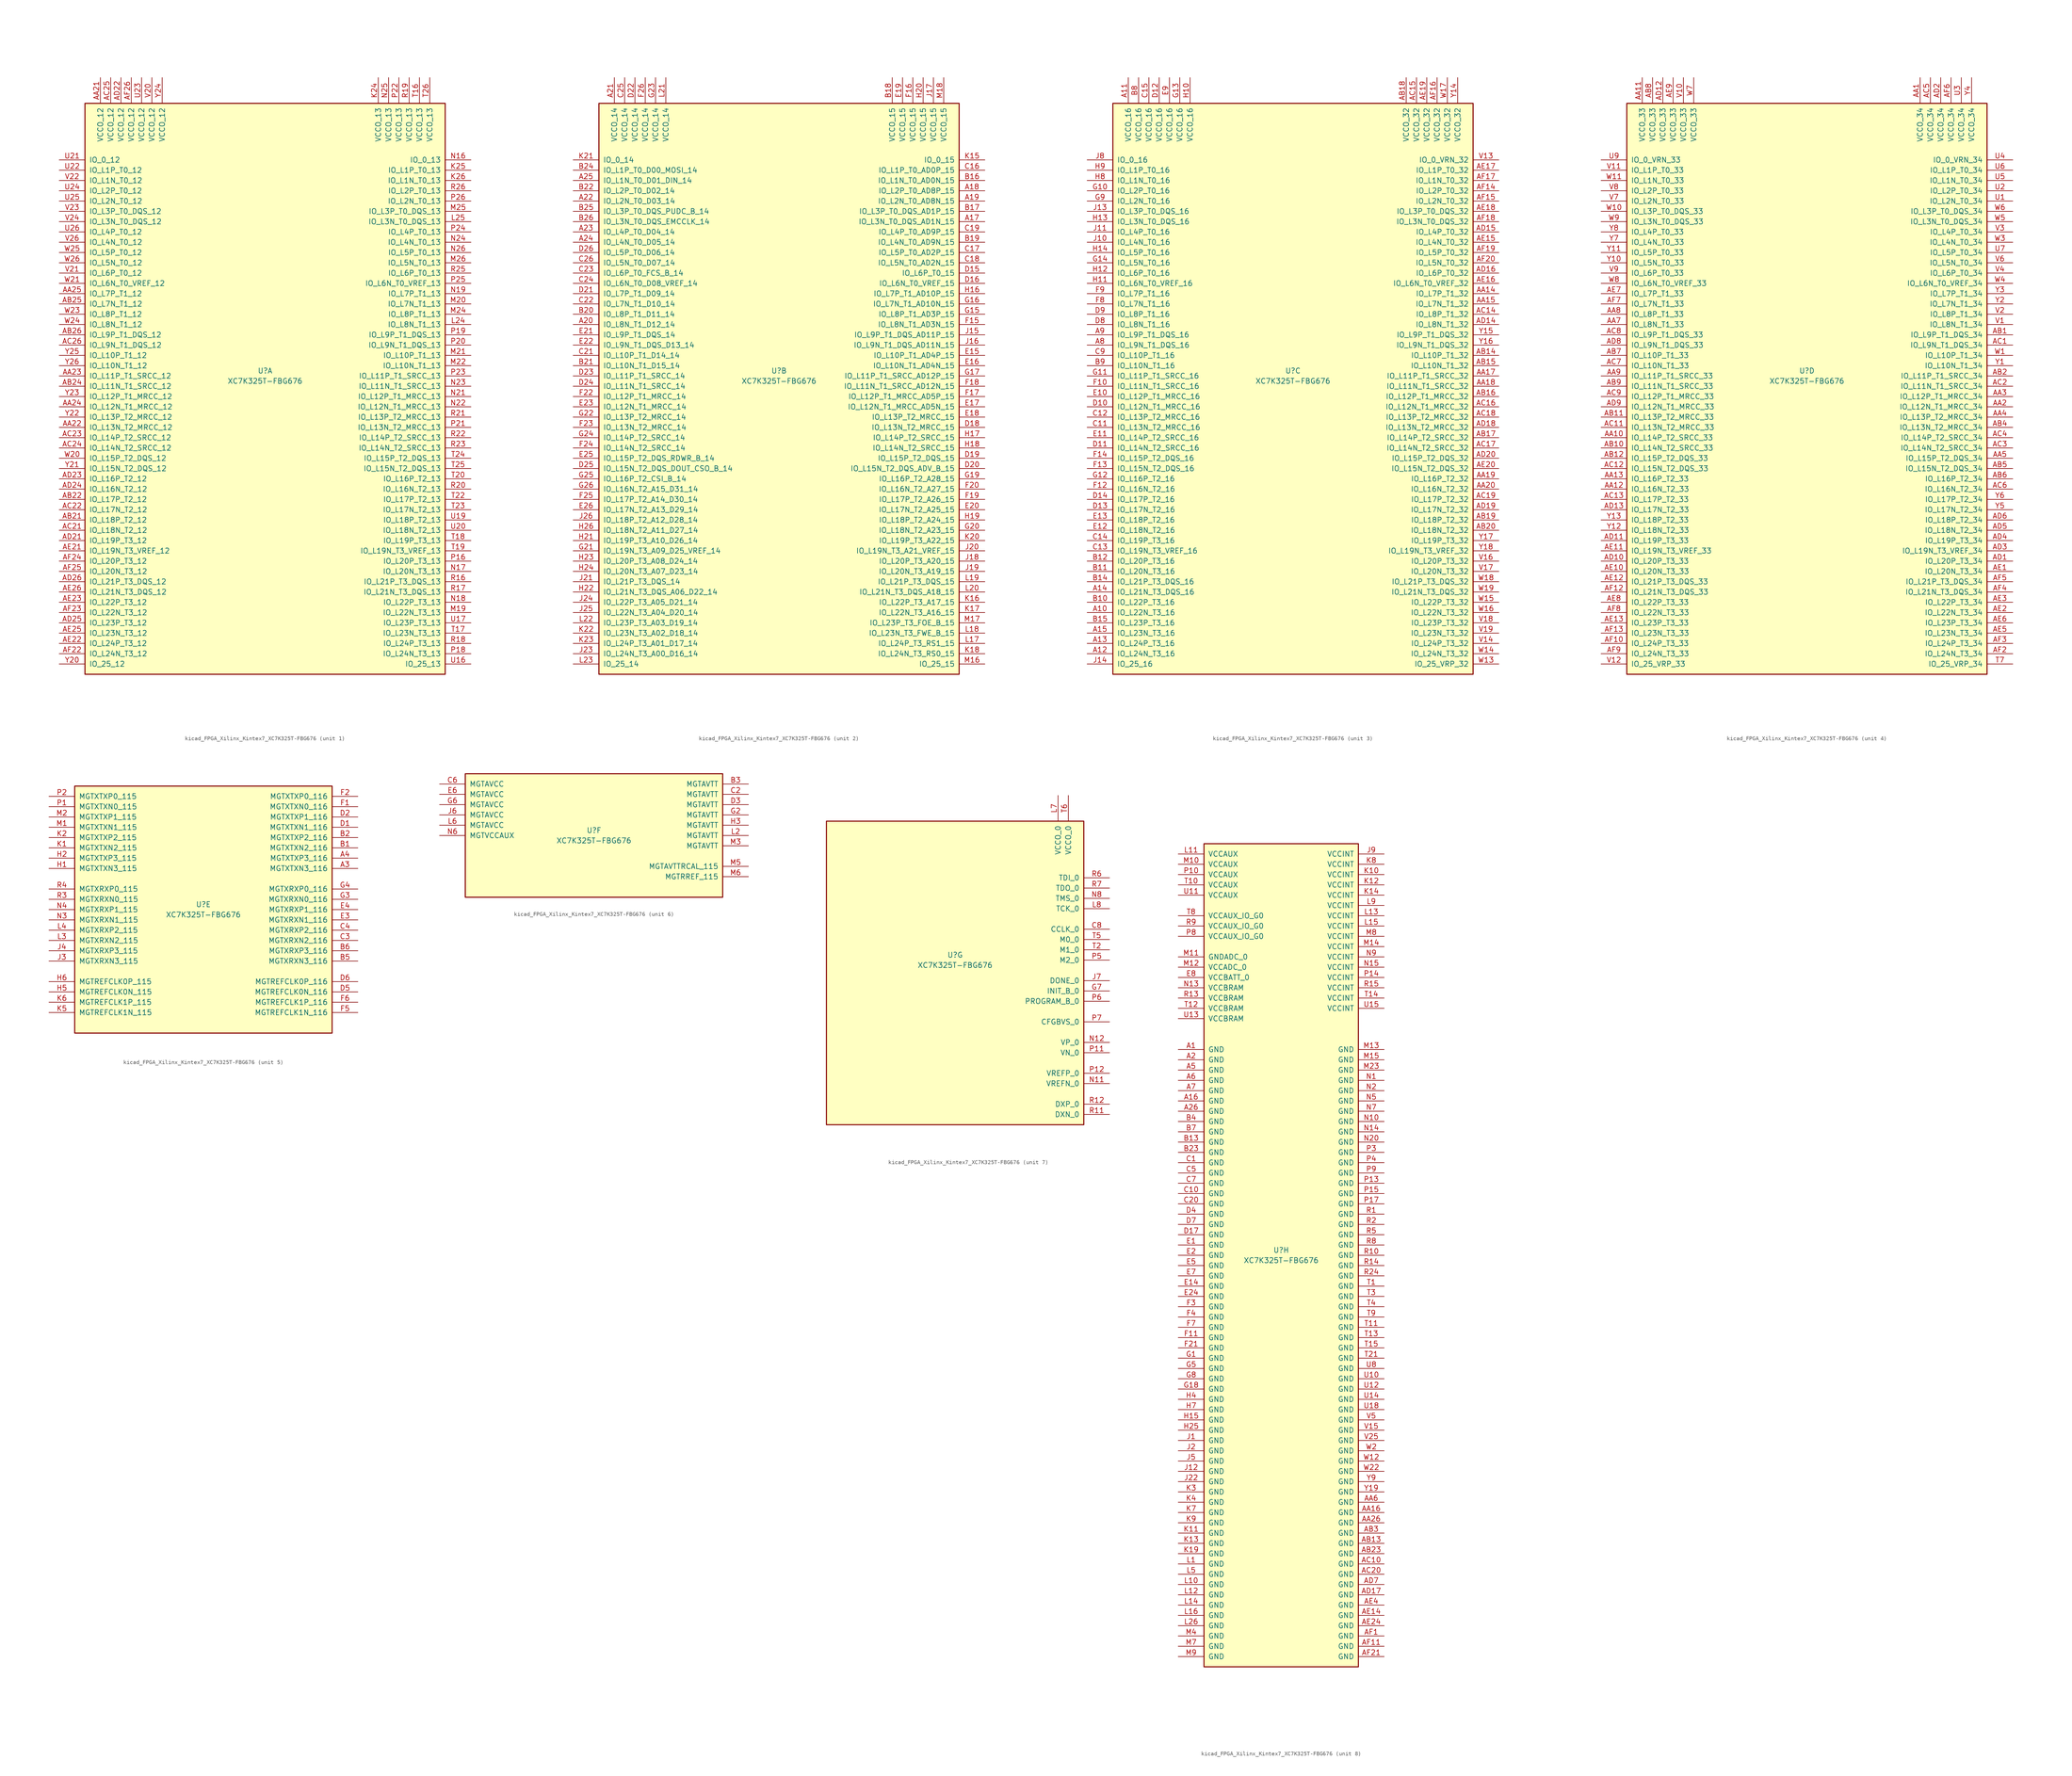
<source format=kicad_sym>
(kicad_symbol_lib
  (version 20220914)
  (generator kicad_symbol_editor)
  (symbol "kicad_FPGA_Xilinx_Kintex7_XC7K325T-FBG676"
    (pin_names
      (offset 1.016))
    (property "Reference" "U"
      (at 0 1.27 0)
      (effects (font (size 1.27 1.27))))
    (property "Value" "XC7K325T-FBG676"
      (at 0 -1.27 0)
      (effects (font (size 1.27 1.27))))
    (property "Datasheet" ""
      (at 0 0 0)
      (effects (font (size 1.27 1.27))))
    (property "ki_locked" ""
      (at 0 0 0)
      (effects (font (size 1.27 1.27))))
    (symbol "kicad_FPGA_Xilinx_Kintex7_XC7K325T-FBG676_1_1"
      (rectangle (start -44.45 67.31) (end 44.45 -73.66) (stroke (width 0.254) (type default)) (fill (type background)))
      (pin power_in line (at -40.64 73.66 270) (length 6.35) (name "VCCO_12" (effects (font (size 1.27 1.27)))) (number "AA21" (effects (font (size 1.27 1.27)))))
      (pin bidirectional line (at -50.8 -12.7 0) (length 6.35) (name "IO_L13N_T2_MRCC_12" (effects (font (size 1.27 1.27)))) (number "AA22" (effects (font (size 1.27 1.27)))))
      (pin bidirectional line (at -50.8 0 0) (length 6.35) (name "IO_L11P_T1_SRCC_12" (effects (font (size 1.27 1.27)))) (number "AA23" (effects (font (size 1.27 1.27)))))
      (pin bidirectional line (at -50.8 -7.62 0) (length 6.35) (name "IO_L12N_T1_MRCC_12" (effects (font (size 1.27 1.27)))) (number "AA24" (effects (font (size 1.27 1.27)))))
      (pin bidirectional line (at -50.8 20.32 0) (length 6.35) (name "IO_L7P_T1_12" (effects (font (size 1.27 1.27)))) (number "AA25" (effects (font (size 1.27 1.27)))))
      (pin bidirectional line (at -50.8 -35.56 0) (length 6.35) (name "IO_L18P_T2_12" (effects (font (size 1.27 1.27)))) (number "AB21" (effects (font (size 1.27 1.27)))))
      (pin bidirectional line (at -50.8 -30.48 0) (length 6.35) (name "IO_L17P_T2_12" (effects (font (size 1.27 1.27)))) (number "AB22" (effects (font (size 1.27 1.27)))))
      (pin bidirectional line (at -50.8 -2.54 0) (length 6.35) (name "IO_L11N_T1_SRCC_12" (effects (font (size 1.27 1.27)))) (number "AB24" (effects (font (size 1.27 1.27)))))
      (pin bidirectional line (at -50.8 17.78 0) (length 6.35) (name "IO_L7N_T1_12" (effects (font (size 1.27 1.27)))) (number "AB25" (effects (font (size 1.27 1.27)))))
      (pin bidirectional line (at -50.8 10.16 0) (length 6.35) (name "IO_L9P_T1_DQS_12" (effects (font (size 1.27 1.27)))) (number "AB26" (effects (font (size 1.27 1.27)))))
      (pin bidirectional line (at -50.8 -38.1 0) (length 6.35) (name "IO_L18N_T2_12" (effects (font (size 1.27 1.27)))) (number "AC21" (effects (font (size 1.27 1.27)))))
      (pin bidirectional line (at -50.8 -33.02 0) (length 6.35) (name "IO_L17N_T2_12" (effects (font (size 1.27 1.27)))) (number "AC22" (effects (font (size 1.27 1.27)))))
      (pin bidirectional line (at -50.8 -15.24 0) (length 6.35) (name "IO_L14P_T2_SRCC_12" (effects (font (size 1.27 1.27)))) (number "AC23" (effects (font (size 1.27 1.27)))))
      (pin bidirectional line (at -50.8 -17.78 0) (length 6.35) (name "IO_L14N_T2_SRCC_12" (effects (font (size 1.27 1.27)))) (number "AC24" (effects (font (size 1.27 1.27)))))
      (pin power_in line (at -38.1 73.66 270) (length 6.35) (name "VCCO_12" (effects (font (size 1.27 1.27)))) (number "AC25" (effects (font (size 1.27 1.27)))))
      (pin bidirectional line (at -50.8 7.62 0) (length 6.35) (name "IO_L9N_T1_DQS_12" (effects (font (size 1.27 1.27)))) (number "AC26" (effects (font (size 1.27 1.27)))))
      (pin bidirectional line (at -50.8 -40.64 0) (length 6.35) (name "IO_L19P_T3_12" (effects (font (size 1.27 1.27)))) (number "AD21" (effects (font (size 1.27 1.27)))))
      (pin power_in line (at -35.56 73.66 270) (length 6.35) (name "VCCO_12" (effects (font (size 1.27 1.27)))) (number "AD22" (effects (font (size 1.27 1.27)))))
      (pin bidirectional line (at -50.8 -25.4 0) (length 6.35) (name "IO_L16P_T2_12" (effects (font (size 1.27 1.27)))) (number "AD23" (effects (font (size 1.27 1.27)))))
      (pin bidirectional line (at -50.8 -27.94 0) (length 6.35) (name "IO_L16N_T2_12" (effects (font (size 1.27 1.27)))) (number "AD24" (effects (font (size 1.27 1.27)))))
      (pin bidirectional line (at -50.8 -60.96 0) (length 6.35) (name "IO_L23P_T3_12" (effects (font (size 1.27 1.27)))) (number "AD25" (effects (font (size 1.27 1.27)))))
      (pin bidirectional line (at -50.8 -50.8 0) (length 6.35) (name "IO_L21P_T3_DQS_12" (effects (font (size 1.27 1.27)))) (number "AD26" (effects (font (size 1.27 1.27)))))
      (pin bidirectional line (at -50.8 -43.18 0) (length 6.35) (name "IO_L19N_T3_VREF_12" (effects (font (size 1.27 1.27)))) (number "AE21" (effects (font (size 1.27 1.27)))))
      (pin bidirectional line (at -50.8 -66.04 0) (length 6.35) (name "IO_L24P_T3_12" (effects (font (size 1.27 1.27)))) (number "AE22" (effects (font (size 1.27 1.27)))))
      (pin bidirectional line (at -50.8 -55.88 0) (length 6.35) (name "IO_L22P_T3_12" (effects (font (size 1.27 1.27)))) (number "AE23" (effects (font (size 1.27 1.27)))))
      (pin bidirectional line (at -50.8 -63.5 0) (length 6.35) (name "IO_L23N_T3_12" (effects (font (size 1.27 1.27)))) (number "AE25" (effects (font (size 1.27 1.27)))))
      (pin bidirectional line (at -50.8 -53.34 0) (length 6.35) (name "IO_L21N_T3_DQS_12" (effects (font (size 1.27 1.27)))) (number "AE26" (effects (font (size 1.27 1.27)))))
      (pin bidirectional line (at -50.8 -68.58 0) (length 6.35) (name "IO_L24N_T3_12" (effects (font (size 1.27 1.27)))) (number "AF22" (effects (font (size 1.27 1.27)))))
      (pin bidirectional line (at -50.8 -58.42 0) (length 6.35) (name "IO_L22N_T3_12" (effects (font (size 1.27 1.27)))) (number "AF23" (effects (font (size 1.27 1.27)))))
      (pin bidirectional line (at -50.8 -45.72 0) (length 6.35) (name "IO_L20P_T3_12" (effects (font (size 1.27 1.27)))) (number "AF24" (effects (font (size 1.27 1.27)))))
      (pin bidirectional line (at -50.8 -48.26 0) (length 6.35) (name "IO_L20N_T3_12" (effects (font (size 1.27 1.27)))) (number "AF25" (effects (font (size 1.27 1.27)))))
      (pin power_in line (at -33.02 73.66 270) (length 6.35) (name "VCCO_12" (effects (font (size 1.27 1.27)))) (number "AF26" (effects (font (size 1.27 1.27)))))
      (pin power_in line (at 27.94 73.66 270) (length 6.35) (name "VCCO_13" (effects (font (size 1.27 1.27)))) (number "K24" (effects (font (size 1.27 1.27)))))
      (pin bidirectional line (at 50.8 50.8 180) (length 6.35) (name "IO_L1P_T0_13" (effects (font (size 1.27 1.27)))) (number "K25" (effects (font (size 1.27 1.27)))))
      (pin bidirectional line (at 50.8 48.26 180) (length 6.35) (name "IO_L1N_T0_13" (effects (font (size 1.27 1.27)))) (number "K26" (effects (font (size 1.27 1.27)))))
      (pin bidirectional line (at 50.8 12.7 180) (length 6.35) (name "IO_L8N_T1_13" (effects (font (size 1.27 1.27)))) (number "L24" (effects (font (size 1.27 1.27)))))
      (pin bidirectional line (at 50.8 38.1 180) (length 6.35) (name "IO_L3N_T0_DQS_13" (effects (font (size 1.27 1.27)))) (number "L25" (effects (font (size 1.27 1.27)))))
      (pin bidirectional line (at 50.8 -58.42 180) (length 6.35) (name "IO_L22N_T3_13" (effects (font (size 1.27 1.27)))) (number "M19" (effects (font (size 1.27 1.27)))))
      (pin bidirectional line (at 50.8 17.78 180) (length 6.35) (name "IO_L7N_T1_13" (effects (font (size 1.27 1.27)))) (number "M20" (effects (font (size 1.27 1.27)))))
      (pin bidirectional line (at 50.8 5.08 180) (length 6.35) (name "IO_L10P_T1_13" (effects (font (size 1.27 1.27)))) (number "M21" (effects (font (size 1.27 1.27)))))
      (pin bidirectional line (at 50.8 2.54 180) (length 6.35) (name "IO_L10N_T1_13" (effects (font (size 1.27 1.27)))) (number "M22" (effects (font (size 1.27 1.27)))))
      (pin bidirectional line (at 50.8 15.24 180) (length 6.35) (name "IO_L8P_T1_13" (effects (font (size 1.27 1.27)))) (number "M24" (effects (font (size 1.27 1.27)))))
      (pin bidirectional line (at 50.8 40.64 180) (length 6.35) (name "IO_L3P_T0_DQS_13" (effects (font (size 1.27 1.27)))) (number "M25" (effects (font (size 1.27 1.27)))))
      (pin bidirectional line (at 50.8 27.94 180) (length 6.35) (name "IO_L5N_T0_13" (effects (font (size 1.27 1.27)))) (number "M26" (effects (font (size 1.27 1.27)))))
      (pin bidirectional line (at 50.8 53.34 180) (length 6.35) (name "IO_0_13" (effects (font (size 1.27 1.27)))) (number "N16" (effects (font (size 1.27 1.27)))))
      (pin bidirectional line (at 50.8 -48.26 180) (length 6.35) (name "IO_L20N_T3_13" (effects (font (size 1.27 1.27)))) (number "N17" (effects (font (size 1.27 1.27)))))
      (pin bidirectional line (at 50.8 -55.88 180) (length 6.35) (name "IO_L22P_T3_13" (effects (font (size 1.27 1.27)))) (number "N18" (effects (font (size 1.27 1.27)))))
      (pin bidirectional line (at 50.8 20.32 180) (length 6.35) (name "IO_L7P_T1_13" (effects (font (size 1.27 1.27)))) (number "N19" (effects (font (size 1.27 1.27)))))
      (pin bidirectional line (at 50.8 -5.08 180) (length 6.35) (name "IO_L12P_T1_MRCC_13" (effects (font (size 1.27 1.27)))) (number "N21" (effects (font (size 1.27 1.27)))))
      (pin bidirectional line (at 50.8 -7.62 180) (length 6.35) (name "IO_L12N_T1_MRCC_13" (effects (font (size 1.27 1.27)))) (number "N22" (effects (font (size 1.27 1.27)))))
      (pin bidirectional line (at 50.8 -2.54 180) (length 6.35) (name "IO_L11N_T1_SRCC_13" (effects (font (size 1.27 1.27)))) (number "N23" (effects (font (size 1.27 1.27)))))
      (pin bidirectional line (at 50.8 33.02 180) (length 6.35) (name "IO_L4N_T0_13" (effects (font (size 1.27 1.27)))) (number "N24" (effects (font (size 1.27 1.27)))))
      (pin power_in line (at 30.48 73.66 270) (length 6.35) (name "VCCO_13" (effects (font (size 1.27 1.27)))) (number "N25" (effects (font (size 1.27 1.27)))))
      (pin bidirectional line (at 50.8 30.48 180) (length 6.35) (name "IO_L5P_T0_13" (effects (font (size 1.27 1.27)))) (number "N26" (effects (font (size 1.27 1.27)))))
      (pin bidirectional line (at 50.8 -45.72 180) (length 6.35) (name "IO_L20P_T3_13" (effects (font (size 1.27 1.27)))) (number "P16" (effects (font (size 1.27 1.27)))))
      (pin bidirectional line (at 50.8 -68.58 180) (length 6.35) (name "IO_L24N_T3_13" (effects (font (size 1.27 1.27)))) (number "P18" (effects (font (size 1.27 1.27)))))
      (pin bidirectional line (at 50.8 10.16 180) (length 6.35) (name "IO_L9P_T1_DQS_13" (effects (font (size 1.27 1.27)))) (number "P19" (effects (font (size 1.27 1.27)))))
      (pin bidirectional line (at 50.8 7.62 180) (length 6.35) (name "IO_L9N_T1_DQS_13" (effects (font (size 1.27 1.27)))) (number "P20" (effects (font (size 1.27 1.27)))))
      (pin bidirectional line (at 50.8 -12.7 180) (length 6.35) (name "IO_L13N_T2_MRCC_13" (effects (font (size 1.27 1.27)))) (number "P21" (effects (font (size 1.27 1.27)))))
      (pin power_in line (at 33.02 73.66 270) (length 6.35) (name "VCCO_13" (effects (font (size 1.27 1.27)))) (number "P22" (effects (font (size 1.27 1.27)))))
      (pin bidirectional line (at 50.8 0 180) (length 6.35) (name "IO_L11P_T1_SRCC_13" (effects (font (size 1.27 1.27)))) (number "P23" (effects (font (size 1.27 1.27)))))
      (pin bidirectional line (at 50.8 35.56 180) (length 6.35) (name "IO_L4P_T0_13" (effects (font (size 1.27 1.27)))) (number "P24" (effects (font (size 1.27 1.27)))))
      (pin bidirectional line (at 50.8 22.86 180) (length 6.35) (name "IO_L6N_T0_VREF_13" (effects (font (size 1.27 1.27)))) (number "P25" (effects (font (size 1.27 1.27)))))
      (pin bidirectional line (at 50.8 43.18 180) (length 6.35) (name "IO_L2N_T0_13" (effects (font (size 1.27 1.27)))) (number "P26" (effects (font (size 1.27 1.27)))))
      (pin bidirectional line (at 50.8 -50.8 180) (length 6.35) (name "IO_L21P_T3_DQS_13" (effects (font (size 1.27 1.27)))) (number "R16" (effects (font (size 1.27 1.27)))))
      (pin bidirectional line (at 50.8 -53.34 180) (length 6.35) (name "IO_L21N_T3_DQS_13" (effects (font (size 1.27 1.27)))) (number "R17" (effects (font (size 1.27 1.27)))))
      (pin bidirectional line (at 50.8 -66.04 180) (length 6.35) (name "IO_L24P_T3_13" (effects (font (size 1.27 1.27)))) (number "R18" (effects (font (size 1.27 1.27)))))
      (pin power_in line (at 35.56 73.66 270) (length 6.35) (name "VCCO_13" (effects (font (size 1.27 1.27)))) (number "R19" (effects (font (size 1.27 1.27)))))
      (pin bidirectional line (at 50.8 -27.94 180) (length 6.35) (name "IO_L16N_T2_13" (effects (font (size 1.27 1.27)))) (number "R20" (effects (font (size 1.27 1.27)))))
      (pin bidirectional line (at 50.8 -10.16 180) (length 6.35) (name "IO_L13P_T2_MRCC_13" (effects (font (size 1.27 1.27)))) (number "R21" (effects (font (size 1.27 1.27)))))
      (pin bidirectional line (at 50.8 -15.24 180) (length 6.35) (name "IO_L14P_T2_SRCC_13" (effects (font (size 1.27 1.27)))) (number "R22" (effects (font (size 1.27 1.27)))))
      (pin bidirectional line (at 50.8 -17.78 180) (length 6.35) (name "IO_L14N_T2_SRCC_13" (effects (font (size 1.27 1.27)))) (number "R23" (effects (font (size 1.27 1.27)))))
      (pin bidirectional line (at 50.8 25.4 180) (length 6.35) (name "IO_L6P_T0_13" (effects (font (size 1.27 1.27)))) (number "R25" (effects (font (size 1.27 1.27)))))
      (pin bidirectional line (at 50.8 45.72 180) (length 6.35) (name "IO_L2P_T0_13" (effects (font (size 1.27 1.27)))) (number "R26" (effects (font (size 1.27 1.27)))))
      (pin power_in line (at 38.1 73.66 270) (length 6.35) (name "VCCO_13" (effects (font (size 1.27 1.27)))) (number "T16" (effects (font (size 1.27 1.27)))))
      (pin bidirectional line (at 50.8 -63.5 180) (length 6.35) (name "IO_L23N_T3_13" (effects (font (size 1.27 1.27)))) (number "T17" (effects (font (size 1.27 1.27)))))
      (pin bidirectional line (at 50.8 -40.64 180) (length 6.35) (name "IO_L19P_T3_13" (effects (font (size 1.27 1.27)))) (number "T18" (effects (font (size 1.27 1.27)))))
      (pin bidirectional line (at 50.8 -43.18 180) (length 6.35) (name "IO_L19N_T3_VREF_13" (effects (font (size 1.27 1.27)))) (number "T19" (effects (font (size 1.27 1.27)))))
      (pin bidirectional line (at 50.8 -25.4 180) (length 6.35) (name "IO_L16P_T2_13" (effects (font (size 1.27 1.27)))) (number "T20" (effects (font (size 1.27 1.27)))))
      (pin bidirectional line (at 50.8 -30.48 180) (length 6.35) (name "IO_L17P_T2_13" (effects (font (size 1.27 1.27)))) (number "T22" (effects (font (size 1.27 1.27)))))
      (pin bidirectional line (at 50.8 -33.02 180) (length 6.35) (name "IO_L17N_T2_13" (effects (font (size 1.27 1.27)))) (number "T23" (effects (font (size 1.27 1.27)))))
      (pin bidirectional line (at 50.8 -20.32 180) (length 6.35) (name "IO_L15P_T2_DQS_13" (effects (font (size 1.27 1.27)))) (number "T24" (effects (font (size 1.27 1.27)))))
      (pin bidirectional line (at 50.8 -22.86 180) (length 6.35) (name "IO_L15N_T2_DQS_13" (effects (font (size 1.27 1.27)))) (number "T25" (effects (font (size 1.27 1.27)))))
      (pin power_in line (at 40.64 73.66 270) (length 6.35) (name "VCCO_13" (effects (font (size 1.27 1.27)))) (number "T26" (effects (font (size 1.27 1.27)))))
      (pin bidirectional line (at 50.8 -71.12 180) (length 6.35) (name "IO_25_13" (effects (font (size 1.27 1.27)))) (number "U16" (effects (font (size 1.27 1.27)))))
      (pin bidirectional line (at 50.8 -60.96 180) (length 6.35) (name "IO_L23P_T3_13" (effects (font (size 1.27 1.27)))) (number "U17" (effects (font (size 1.27 1.27)))))
      (pin bidirectional line (at 50.8 -35.56 180) (length 6.35) (name "IO_L18P_T2_13" (effects (font (size 1.27 1.27)))) (number "U19" (effects (font (size 1.27 1.27)))))
      (pin bidirectional line (at 50.8 -38.1 180) (length 6.35) (name "IO_L18N_T2_13" (effects (font (size 1.27 1.27)))) (number "U20" (effects (font (size 1.27 1.27)))))
      (pin bidirectional line (at -50.8 53.34 0) (length 6.35) (name "IO_0_12" (effects (font (size 1.27 1.27)))) (number "U21" (effects (font (size 1.27 1.27)))))
      (pin bidirectional line (at -50.8 50.8 0) (length 6.35) (name "IO_L1P_T0_12" (effects (font (size 1.27 1.27)))) (number "U22" (effects (font (size 1.27 1.27)))))
      (pin power_in line (at -30.48 73.66 270) (length 6.35) (name "VCCO_12" (effects (font (size 1.27 1.27)))) (number "U23" (effects (font (size 1.27 1.27)))))
      (pin bidirectional line (at -50.8 45.72 0) (length 6.35) (name "IO_L2P_T0_12" (effects (font (size 1.27 1.27)))) (number "U24" (effects (font (size 1.27 1.27)))))
      (pin bidirectional line (at -50.8 43.18 0) (length 6.35) (name "IO_L2N_T0_12" (effects (font (size 1.27 1.27)))) (number "U25" (effects (font (size 1.27 1.27)))))
      (pin bidirectional line (at -50.8 35.56 0) (length 6.35) (name "IO_L4P_T0_12" (effects (font (size 1.27 1.27)))) (number "U26" (effects (font (size 1.27 1.27)))))
      (pin power_in line (at -27.94 73.66 270) (length 6.35) (name "VCCO_12" (effects (font (size 1.27 1.27)))) (number "V20" (effects (font (size 1.27 1.27)))))
      (pin bidirectional line (at -50.8 25.4 0) (length 6.35) (name "IO_L6P_T0_12" (effects (font (size 1.27 1.27)))) (number "V21" (effects (font (size 1.27 1.27)))))
      (pin bidirectional line (at -50.8 48.26 0) (length 6.35) (name "IO_L1N_T0_12" (effects (font (size 1.27 1.27)))) (number "V22" (effects (font (size 1.27 1.27)))))
      (pin bidirectional line (at -50.8 40.64 0) (length 6.35) (name "IO_L3P_T0_DQS_12" (effects (font (size 1.27 1.27)))) (number "V23" (effects (font (size 1.27 1.27)))))
      (pin bidirectional line (at -50.8 38.1 0) (length 6.35) (name "IO_L3N_T0_DQS_12" (effects (font (size 1.27 1.27)))) (number "V24" (effects (font (size 1.27 1.27)))))
      (pin bidirectional line (at -50.8 33.02 0) (length 6.35) (name "IO_L4N_T0_12" (effects (font (size 1.27 1.27)))) (number "V26" (effects (font (size 1.27 1.27)))))
      (pin bidirectional line (at -50.8 -20.32 0) (length 6.35) (name "IO_L15P_T2_DQS_12" (effects (font (size 1.27 1.27)))) (number "W20" (effects (font (size 1.27 1.27)))))
      (pin bidirectional line (at -50.8 22.86 0) (length 6.35) (name "IO_L6N_T0_VREF_12" (effects (font (size 1.27 1.27)))) (number "W21" (effects (font (size 1.27 1.27)))))
      (pin bidirectional line (at -50.8 15.24 0) (length 6.35) (name "IO_L8P_T1_12" (effects (font (size 1.27 1.27)))) (number "W23" (effects (font (size 1.27 1.27)))))
      (pin bidirectional line (at -50.8 12.7 0) (length 6.35) (name "IO_L8N_T1_12" (effects (font (size 1.27 1.27)))) (number "W24" (effects (font (size 1.27 1.27)))))
      (pin bidirectional line (at -50.8 30.48 0) (length 6.35) (name "IO_L5P_T0_12" (effects (font (size 1.27 1.27)))) (number "W25" (effects (font (size 1.27 1.27)))))
      (pin bidirectional line (at -50.8 27.94 0) (length 6.35) (name "IO_L5N_T0_12" (effects (font (size 1.27 1.27)))) (number "W26" (effects (font (size 1.27 1.27)))))
      (pin bidirectional line (at -50.8 -71.12 0) (length 6.35) (name "IO_25_12" (effects (font (size 1.27 1.27)))) (number "Y20" (effects (font (size 1.27 1.27)))))
      (pin bidirectional line (at -50.8 -22.86 0) (length 6.35) (name "IO_L15N_T2_DQS_12" (effects (font (size 1.27 1.27)))) (number "Y21" (effects (font (size 1.27 1.27)))))
      (pin bidirectional line (at -50.8 -10.16 0) (length 6.35) (name "IO_L13P_T2_MRCC_12" (effects (font (size 1.27 1.27)))) (number "Y22" (effects (font (size 1.27 1.27)))))
      (pin bidirectional line (at -50.8 -5.08 0) (length 6.35) (name "IO_L12P_T1_MRCC_12" (effects (font (size 1.27 1.27)))) (number "Y23" (effects (font (size 1.27 1.27)))))
      (pin power_in line (at -25.4 73.66 270) (length 6.35) (name "VCCO_12" (effects (font (size 1.27 1.27)))) (number "Y24" (effects (font (size 1.27 1.27)))))
      (pin bidirectional line (at -50.8 5.08 0) (length 6.35) (name "IO_L10P_T1_12" (effects (font (size 1.27 1.27)))) (number "Y25" (effects (font (size 1.27 1.27)))))
      (pin bidirectional line (at -50.8 2.54 0) (length 6.35) (name "IO_L10N_T1_12" (effects (font (size 1.27 1.27)))) (number "Y26" (effects (font (size 1.27 1.27))))))
    (symbol "kicad_FPGA_Xilinx_Kintex7_XC7K325T-FBG676_2_1"
      (rectangle (start -44.45 67.31) (end 44.45 -73.66) (stroke (width 0.254) (type default)) (fill (type background)))
      (pin bidirectional line (at 50.8 38.1 180) (length 6.35) (name "IO_L3N_T0_DQS_AD1N_15" (effects (font (size 1.27 1.27)))) (number "A17" (effects (font (size 1.27 1.27)))))
      (pin bidirectional line (at 50.8 45.72 180) (length 6.35) (name "IO_L2P_T0_AD8P_15" (effects (font (size 1.27 1.27)))) (number "A18" (effects (font (size 1.27 1.27)))))
      (pin bidirectional line (at 50.8 43.18 180) (length 6.35) (name "IO_L2N_T0_AD8N_15" (effects (font (size 1.27 1.27)))) (number "A19" (effects (font (size 1.27 1.27)))))
      (pin bidirectional line (at -50.8 12.7 0) (length 6.35) (name "IO_L8N_T1_D12_14" (effects (font (size 1.27 1.27)))) (number "A20" (effects (font (size 1.27 1.27)))))
      (pin power_in line (at -40.64 73.66 270) (length 6.35) (name "VCCO_14" (effects (font (size 1.27 1.27)))) (number "A21" (effects (font (size 1.27 1.27)))))
      (pin bidirectional line (at -50.8 43.18 0) (length 6.35) (name "IO_L2N_T0_D03_14" (effects (font (size 1.27 1.27)))) (number "A22" (effects (font (size 1.27 1.27)))))
      (pin bidirectional line (at -50.8 35.56 0) (length 6.35) (name "IO_L4P_T0_D04_14" (effects (font (size 1.27 1.27)))) (number "A23" (effects (font (size 1.27 1.27)))))
      (pin bidirectional line (at -50.8 33.02 0) (length 6.35) (name "IO_L4N_T0_D05_14" (effects (font (size 1.27 1.27)))) (number "A24" (effects (font (size 1.27 1.27)))))
      (pin bidirectional line (at -50.8 48.26 0) (length 6.35) (name "IO_L1N_T0_D01_DIN_14" (effects (font (size 1.27 1.27)))) (number "A25" (effects (font (size 1.27 1.27)))))
      (pin bidirectional line (at 50.8 48.26 180) (length 6.35) (name "IO_L1N_T0_AD0N_15" (effects (font (size 1.27 1.27)))) (number "B16" (effects (font (size 1.27 1.27)))))
      (pin bidirectional line (at 50.8 40.64 180) (length 6.35) (name "IO_L3P_T0_DQS_AD1P_15" (effects (font (size 1.27 1.27)))) (number "B17" (effects (font (size 1.27 1.27)))))
      (pin power_in line (at 27.94 73.66 270) (length 6.35) (name "VCCO_15" (effects (font (size 1.27 1.27)))) (number "B18" (effects (font (size 1.27 1.27)))))
      (pin bidirectional line (at 50.8 33.02 180) (length 6.35) (name "IO_L4N_T0_AD9N_15" (effects (font (size 1.27 1.27)))) (number "B19" (effects (font (size 1.27 1.27)))))
      (pin bidirectional line (at -50.8 15.24 0) (length 6.35) (name "IO_L8P_T1_D11_14" (effects (font (size 1.27 1.27)))) (number "B20" (effects (font (size 1.27 1.27)))))
      (pin bidirectional line (at -50.8 2.54 0) (length 6.35) (name "IO_L10N_T1_D15_14" (effects (font (size 1.27 1.27)))) (number "B21" (effects (font (size 1.27 1.27)))))
      (pin bidirectional line (at -50.8 45.72 0) (length 6.35) (name "IO_L2P_T0_D02_14" (effects (font (size 1.27 1.27)))) (number "B22" (effects (font (size 1.27 1.27)))))
      (pin bidirectional line (at -50.8 50.8 0) (length 6.35) (name "IO_L1P_T0_D00_MOSI_14" (effects (font (size 1.27 1.27)))) (number "B24" (effects (font (size 1.27 1.27)))))
      (pin bidirectional line (at -50.8 40.64 0) (length 6.35) (name "IO_L3P_T0_DQS_PUDC_B_14" (effects (font (size 1.27 1.27)))) (number "B25" (effects (font (size 1.27 1.27)))))
      (pin bidirectional line (at -50.8 38.1 0) (length 6.35) (name "IO_L3N_T0_DQS_EMCCLK_14" (effects (font (size 1.27 1.27)))) (number "B26" (effects (font (size 1.27 1.27)))))
      (pin bidirectional line (at 50.8 50.8 180) (length 6.35) (name "IO_L1P_T0_AD0P_15" (effects (font (size 1.27 1.27)))) (number "C16" (effects (font (size 1.27 1.27)))))
      (pin bidirectional line (at 50.8 30.48 180) (length 6.35) (name "IO_L5P_T0_AD2P_15" (effects (font (size 1.27 1.27)))) (number "C17" (effects (font (size 1.27 1.27)))))
      (pin bidirectional line (at 50.8 27.94 180) (length 6.35) (name "IO_L5N_T0_AD2N_15" (effects (font (size 1.27 1.27)))) (number "C18" (effects (font (size 1.27 1.27)))))
      (pin bidirectional line (at 50.8 35.56 180) (length 6.35) (name "IO_L4P_T0_AD9P_15" (effects (font (size 1.27 1.27)))) (number "C19" (effects (font (size 1.27 1.27)))))
      (pin bidirectional line (at -50.8 5.08 0) (length 6.35) (name "IO_L10P_T1_D14_14" (effects (font (size 1.27 1.27)))) (number "C21" (effects (font (size 1.27 1.27)))))
      (pin bidirectional line (at -50.8 17.78 0) (length 6.35) (name "IO_L7N_T1_D10_14" (effects (font (size 1.27 1.27)))) (number "C22" (effects (font (size 1.27 1.27)))))
      (pin bidirectional line (at -50.8 25.4 0) (length 6.35) (name "IO_L6P_T0_FCS_B_14" (effects (font (size 1.27 1.27)))) (number "C23" (effects (font (size 1.27 1.27)))))
      (pin bidirectional line (at -50.8 22.86 0) (length 6.35) (name "IO_L6N_T0_D08_VREF_14" (effects (font (size 1.27 1.27)))) (number "C24" (effects (font (size 1.27 1.27)))))
      (pin power_in line (at -38.1 73.66 270) (length 6.35) (name "VCCO_14" (effects (font (size 1.27 1.27)))) (number "C25" (effects (font (size 1.27 1.27)))))
      (pin bidirectional line (at -50.8 27.94 0) (length 6.35) (name "IO_L5N_T0_D07_14" (effects (font (size 1.27 1.27)))) (number "C26" (effects (font (size 1.27 1.27)))))
      (pin bidirectional line (at 50.8 25.4 180) (length 6.35) (name "IO_L6P_T0_15" (effects (font (size 1.27 1.27)))) (number "D15" (effects (font (size 1.27 1.27)))))
      (pin bidirectional line (at 50.8 22.86 180) (length 6.35) (name "IO_L6N_T0_VREF_15" (effects (font (size 1.27 1.27)))) (number "D16" (effects (font (size 1.27 1.27)))))
      (pin bidirectional line (at 50.8 -12.7 180) (length 6.35) (name "IO_L13N_T2_MRCC_15" (effects (font (size 1.27 1.27)))) (number "D18" (effects (font (size 1.27 1.27)))))
      (pin bidirectional line (at 50.8 -20.32 180) (length 6.35) (name "IO_L15P_T2_DQS_15" (effects (font (size 1.27 1.27)))) (number "D19" (effects (font (size 1.27 1.27)))))
      (pin bidirectional line (at 50.8 -22.86 180) (length 6.35) (name "IO_L15N_T2_DQS_ADV_B_15" (effects (font (size 1.27 1.27)))) (number "D20" (effects (font (size 1.27 1.27)))))
      (pin bidirectional line (at -50.8 20.32 0) (length 6.35) (name "IO_L7P_T1_D09_14" (effects (font (size 1.27 1.27)))) (number "D21" (effects (font (size 1.27 1.27)))))
      (pin power_in line (at -35.56 73.66 270) (length 6.35) (name "VCCO_14" (effects (font (size 1.27 1.27)))) (number "D22" (effects (font (size 1.27 1.27)))))
      (pin bidirectional line (at -50.8 0 0) (length 6.35) (name "IO_L11P_T1_SRCC_14" (effects (font (size 1.27 1.27)))) (number "D23" (effects (font (size 1.27 1.27)))))
      (pin bidirectional line (at -50.8 -2.54 0) (length 6.35) (name "IO_L11N_T1_SRCC_14" (effects (font (size 1.27 1.27)))) (number "D24" (effects (font (size 1.27 1.27)))))
      (pin bidirectional line (at -50.8 -22.86 0) (length 6.35) (name "IO_L15N_T2_DQS_DOUT_CSO_B_14" (effects (font (size 1.27 1.27)))) (number "D25" (effects (font (size 1.27 1.27)))))
      (pin bidirectional line (at -50.8 30.48 0) (length 6.35) (name "IO_L5P_T0_D06_14" (effects (font (size 1.27 1.27)))) (number "D26" (effects (font (size 1.27 1.27)))))
      (pin bidirectional line (at 50.8 5.08 180) (length 6.35) (name "IO_L10P_T1_AD4P_15" (effects (font (size 1.27 1.27)))) (number "E15" (effects (font (size 1.27 1.27)))))
      (pin bidirectional line (at 50.8 2.54 180) (length 6.35) (name "IO_L10N_T1_AD4N_15" (effects (font (size 1.27 1.27)))) (number "E16" (effects (font (size 1.27 1.27)))))
      (pin bidirectional line (at 50.8 -7.62 180) (length 6.35) (name "IO_L12N_T1_MRCC_AD5N_15" (effects (font (size 1.27 1.27)))) (number "E17" (effects (font (size 1.27 1.27)))))
      (pin bidirectional line (at 50.8 -10.16 180) (length 6.35) (name "IO_L13P_T2_MRCC_15" (effects (font (size 1.27 1.27)))) (number "E18" (effects (font (size 1.27 1.27)))))
      (pin power_in line (at 30.48 73.66 270) (length 6.35) (name "VCCO_15" (effects (font (size 1.27 1.27)))) (number "E19" (effects (font (size 1.27 1.27)))))
      (pin bidirectional line (at 50.8 -33.02 180) (length 6.35) (name "IO_L17N_T2_A25_15" (effects (font (size 1.27 1.27)))) (number "E20" (effects (font (size 1.27 1.27)))))
      (pin bidirectional line (at -50.8 10.16 0) (length 6.35) (name "IO_L9P_T1_DQS_14" (effects (font (size 1.27 1.27)))) (number "E21" (effects (font (size 1.27 1.27)))))
      (pin bidirectional line (at -50.8 7.62 0) (length 6.35) (name "IO_L9N_T1_DQS_D13_14" (effects (font (size 1.27 1.27)))) (number "E22" (effects (font (size 1.27 1.27)))))
      (pin bidirectional line (at -50.8 -7.62 0) (length 6.35) (name "IO_L12N_T1_MRCC_14" (effects (font (size 1.27 1.27)))) (number "E23" (effects (font (size 1.27 1.27)))))
      (pin bidirectional line (at -50.8 -20.32 0) (length 6.35) (name "IO_L15P_T2_DQS_RDWR_B_14" (effects (font (size 1.27 1.27)))) (number "E25" (effects (font (size 1.27 1.27)))))
      (pin bidirectional line (at -50.8 -33.02 0) (length 6.35) (name "IO_L17N_T2_A13_D29_14" (effects (font (size 1.27 1.27)))) (number "E26" (effects (font (size 1.27 1.27)))))
      (pin bidirectional line (at 50.8 12.7 180) (length 6.35) (name "IO_L8N_T1_AD3N_15" (effects (font (size 1.27 1.27)))) (number "F15" (effects (font (size 1.27 1.27)))))
      (pin power_in line (at 33.02 73.66 270) (length 6.35) (name "VCCO_15" (effects (font (size 1.27 1.27)))) (number "F16" (effects (font (size 1.27 1.27)))))
      (pin bidirectional line (at 50.8 -5.08 180) (length 6.35) (name "IO_L12P_T1_MRCC_AD5P_15" (effects (font (size 1.27 1.27)))) (number "F17" (effects (font (size 1.27 1.27)))))
      (pin bidirectional line (at 50.8 -2.54 180) (length 6.35) (name "IO_L11N_T1_SRCC_AD12N_15" (effects (font (size 1.27 1.27)))) (number "F18" (effects (font (size 1.27 1.27)))))
      (pin bidirectional line (at 50.8 -30.48 180) (length 6.35) (name "IO_L17P_T2_A26_15" (effects (font (size 1.27 1.27)))) (number "F19" (effects (font (size 1.27 1.27)))))
      (pin bidirectional line (at 50.8 -27.94 180) (length 6.35) (name "IO_L16N_T2_A27_15" (effects (font (size 1.27 1.27)))) (number "F20" (effects (font (size 1.27 1.27)))))
      (pin bidirectional line (at -50.8 -5.08 0) (length 6.35) (name "IO_L12P_T1_MRCC_14" (effects (font (size 1.27 1.27)))) (number "F22" (effects (font (size 1.27 1.27)))))
      (pin bidirectional line (at -50.8 -12.7 0) (length 6.35) (name "IO_L13N_T2_MRCC_14" (effects (font (size 1.27 1.27)))) (number "F23" (effects (font (size 1.27 1.27)))))
      (pin bidirectional line (at -50.8 -17.78 0) (length 6.35) (name "IO_L14N_T2_SRCC_14" (effects (font (size 1.27 1.27)))) (number "F24" (effects (font (size 1.27 1.27)))))
      (pin bidirectional line (at -50.8 -30.48 0) (length 6.35) (name "IO_L17P_T2_A14_D30_14" (effects (font (size 1.27 1.27)))) (number "F25" (effects (font (size 1.27 1.27)))))
      (pin power_in line (at -33.02 73.66 270) (length 6.35) (name "VCCO_14" (effects (font (size 1.27 1.27)))) (number "F26" (effects (font (size 1.27 1.27)))))
      (pin bidirectional line (at 50.8 15.24 180) (length 6.35) (name "IO_L8P_T1_AD3P_15" (effects (font (size 1.27 1.27)))) (number "G15" (effects (font (size 1.27 1.27)))))
      (pin bidirectional line (at 50.8 17.78 180) (length 6.35) (name "IO_L7N_T1_AD10N_15" (effects (font (size 1.27 1.27)))) (number "G16" (effects (font (size 1.27 1.27)))))
      (pin bidirectional line (at 50.8 0 180) (length 6.35) (name "IO_L11P_T1_SRCC_AD12P_15" (effects (font (size 1.27 1.27)))) (number "G17" (effects (font (size 1.27 1.27)))))
      (pin bidirectional line (at 50.8 -25.4 180) (length 6.35) (name "IO_L16P_T2_A28_15" (effects (font (size 1.27 1.27)))) (number "G19" (effects (font (size 1.27 1.27)))))
      (pin bidirectional line (at 50.8 -38.1 180) (length 6.35) (name "IO_L18N_T2_A23_15" (effects (font (size 1.27 1.27)))) (number "G20" (effects (font (size 1.27 1.27)))))
      (pin bidirectional line (at -50.8 -43.18 0) (length 6.35) (name "IO_L19N_T3_A09_D25_VREF_14" (effects (font (size 1.27 1.27)))) (number "G21" (effects (font (size 1.27 1.27)))))
      (pin bidirectional line (at -50.8 -10.16 0) (length 6.35) (name "IO_L13P_T2_MRCC_14" (effects (font (size 1.27 1.27)))) (number "G22" (effects (font (size 1.27 1.27)))))
      (pin power_in line (at -30.48 73.66 270) (length 6.35) (name "VCCO_14" (effects (font (size 1.27 1.27)))) (number "G23" (effects (font (size 1.27 1.27)))))
      (pin bidirectional line (at -50.8 -15.24 0) (length 6.35) (name "IO_L14P_T2_SRCC_14" (effects (font (size 1.27 1.27)))) (number "G24" (effects (font (size 1.27 1.27)))))
      (pin bidirectional line (at -50.8 -25.4 0) (length 6.35) (name "IO_L16P_T2_CSI_B_14" (effects (font (size 1.27 1.27)))) (number "G25" (effects (font (size 1.27 1.27)))))
      (pin bidirectional line (at -50.8 -27.94 0) (length 6.35) (name "IO_L16N_T2_A15_D31_14" (effects (font (size 1.27 1.27)))) (number "G26" (effects (font (size 1.27 1.27)))))
      (pin bidirectional line (at 50.8 20.32 180) (length 6.35) (name "IO_L7P_T1_AD10P_15" (effects (font (size 1.27 1.27)))) (number "H16" (effects (font (size 1.27 1.27)))))
      (pin bidirectional line (at 50.8 -15.24 180) (length 6.35) (name "IO_L14P_T2_SRCC_15" (effects (font (size 1.27 1.27)))) (number "H17" (effects (font (size 1.27 1.27)))))
      (pin bidirectional line (at 50.8 -17.78 180) (length 6.35) (name "IO_L14N_T2_SRCC_15" (effects (font (size 1.27 1.27)))) (number "H18" (effects (font (size 1.27 1.27)))))
      (pin bidirectional line (at 50.8 -35.56 180) (length 6.35) (name "IO_L18P_T2_A24_15" (effects (font (size 1.27 1.27)))) (number "H19" (effects (font (size 1.27 1.27)))))
      (pin power_in line (at 35.56 73.66 270) (length 6.35) (name "VCCO_15" (effects (font (size 1.27 1.27)))) (number "H20" (effects (font (size 1.27 1.27)))))
      (pin bidirectional line (at -50.8 -40.64 0) (length 6.35) (name "IO_L19P_T3_A10_D26_14" (effects (font (size 1.27 1.27)))) (number "H21" (effects (font (size 1.27 1.27)))))
      (pin bidirectional line (at -50.8 -53.34 0) (length 6.35) (name "IO_L21N_T3_DQS_A06_D22_14" (effects (font (size 1.27 1.27)))) (number "H22" (effects (font (size 1.27 1.27)))))
      (pin bidirectional line (at -50.8 -45.72 0) (length 6.35) (name "IO_L20P_T3_A08_D24_14" (effects (font (size 1.27 1.27)))) (number "H23" (effects (font (size 1.27 1.27)))))
      (pin bidirectional line (at -50.8 -48.26 0) (length 6.35) (name "IO_L20N_T3_A07_D23_14" (effects (font (size 1.27 1.27)))) (number "H24" (effects (font (size 1.27 1.27)))))
      (pin bidirectional line (at -50.8 -38.1 0) (length 6.35) (name "IO_L18N_T2_A11_D27_14" (effects (font (size 1.27 1.27)))) (number "H26" (effects (font (size 1.27 1.27)))))
      (pin bidirectional line (at 50.8 10.16 180) (length 6.35) (name "IO_L9P_T1_DQS_AD11P_15" (effects (font (size 1.27 1.27)))) (number "J15" (effects (font (size 1.27 1.27)))))
      (pin bidirectional line (at 50.8 7.62 180) (length 6.35) (name "IO_L9N_T1_DQS_AD11N_15" (effects (font (size 1.27 1.27)))) (number "J16" (effects (font (size 1.27 1.27)))))
      (pin power_in line (at 38.1 73.66 270) (length 6.35) (name "VCCO_15" (effects (font (size 1.27 1.27)))) (number "J17" (effects (font (size 1.27 1.27)))))
      (pin bidirectional line (at 50.8 -45.72 180) (length 6.35) (name "IO_L20P_T3_A20_15" (effects (font (size 1.27 1.27)))) (number "J18" (effects (font (size 1.27 1.27)))))
      (pin bidirectional line (at 50.8 -48.26 180) (length 6.35) (name "IO_L20N_T3_A19_15" (effects (font (size 1.27 1.27)))) (number "J19" (effects (font (size 1.27 1.27)))))
      (pin bidirectional line (at 50.8 -43.18 180) (length 6.35) (name "IO_L19N_T3_A21_VREF_15" (effects (font (size 1.27 1.27)))) (number "J20" (effects (font (size 1.27 1.27)))))
      (pin bidirectional line (at -50.8 -50.8 0) (length 6.35) (name "IO_L21P_T3_DQS_14" (effects (font (size 1.27 1.27)))) (number "J21" (effects (font (size 1.27 1.27)))))
      (pin bidirectional line (at -50.8 -68.58 0) (length 6.35) (name "IO_L24N_T3_A00_D16_14" (effects (font (size 1.27 1.27)))) (number "J23" (effects (font (size 1.27 1.27)))))
      (pin bidirectional line (at -50.8 -55.88 0) (length 6.35) (name "IO_L22P_T3_A05_D21_14" (effects (font (size 1.27 1.27)))) (number "J24" (effects (font (size 1.27 1.27)))))
      (pin bidirectional line (at -50.8 -58.42 0) (length 6.35) (name "IO_L22N_T3_A04_D20_14" (effects (font (size 1.27 1.27)))) (number "J25" (effects (font (size 1.27 1.27)))))
      (pin bidirectional line (at -50.8 -35.56 0) (length 6.35) (name "IO_L18P_T2_A12_D28_14" (effects (font (size 1.27 1.27)))) (number "J26" (effects (font (size 1.27 1.27)))))
      (pin bidirectional line (at 50.8 53.34 180) (length 6.35) (name "IO_0_15" (effects (font (size 1.27 1.27)))) (number "K15" (effects (font (size 1.27 1.27)))))
      (pin bidirectional line (at 50.8 -55.88 180) (length 6.35) (name "IO_L22P_T3_A17_15" (effects (font (size 1.27 1.27)))) (number "K16" (effects (font (size 1.27 1.27)))))
      (pin bidirectional line (at 50.8 -58.42 180) (length 6.35) (name "IO_L22N_T3_A16_15" (effects (font (size 1.27 1.27)))) (number "K17" (effects (font (size 1.27 1.27)))))
      (pin bidirectional line (at 50.8 -68.58 180) (length 6.35) (name "IO_L24N_T3_RS0_15" (effects (font (size 1.27 1.27)))) (number "K18" (effects (font (size 1.27 1.27)))))
      (pin bidirectional line (at 50.8 -40.64 180) (length 6.35) (name "IO_L19P_T3_A22_15" (effects (font (size 1.27 1.27)))) (number "K20" (effects (font (size 1.27 1.27)))))
      (pin bidirectional line (at -50.8 53.34 0) (length 6.35) (name "IO_0_14" (effects (font (size 1.27 1.27)))) (number "K21" (effects (font (size 1.27 1.27)))))
      (pin bidirectional line (at -50.8 -63.5 0) (length 6.35) (name "IO_L23N_T3_A02_D18_14" (effects (font (size 1.27 1.27)))) (number "K22" (effects (font (size 1.27 1.27)))))
      (pin bidirectional line (at -50.8 -66.04 0) (length 6.35) (name "IO_L24P_T3_A01_D17_14" (effects (font (size 1.27 1.27)))) (number "K23" (effects (font (size 1.27 1.27)))))
      (pin bidirectional line (at 50.8 -66.04 180) (length 6.35) (name "IO_L24P_T3_RS1_15" (effects (font (size 1.27 1.27)))) (number "L17" (effects (font (size 1.27 1.27)))))
      (pin bidirectional line (at 50.8 -63.5 180) (length 6.35) (name "IO_L23N_T3_FWE_B_15" (effects (font (size 1.27 1.27)))) (number "L18" (effects (font (size 1.27 1.27)))))
      (pin bidirectional line (at 50.8 -50.8 180) (length 6.35) (name "IO_L21P_T3_DQS_15" (effects (font (size 1.27 1.27)))) (number "L19" (effects (font (size 1.27 1.27)))))
      (pin bidirectional line (at 50.8 -53.34 180) (length 6.35) (name "IO_L21N_T3_DQS_A18_15" (effects (font (size 1.27 1.27)))) (number "L20" (effects (font (size 1.27 1.27)))))
      (pin power_in line (at -27.94 73.66 270) (length 6.35) (name "VCCO_14" (effects (font (size 1.27 1.27)))) (number "L21" (effects (font (size 1.27 1.27)))))
      (pin bidirectional line (at -50.8 -60.96 0) (length 6.35) (name "IO_L23P_T3_A03_D19_14" (effects (font (size 1.27 1.27)))) (number "L22" (effects (font (size 1.27 1.27)))))
      (pin bidirectional line (at -50.8 -71.12 0) (length 6.35) (name "IO_25_14" (effects (font (size 1.27 1.27)))) (number "L23" (effects (font (size 1.27 1.27)))))
      (pin bidirectional line (at 50.8 -71.12 180) (length 6.35) (name "IO_25_15" (effects (font (size 1.27 1.27)))) (number "M16" (effects (font (size 1.27 1.27)))))
      (pin bidirectional line (at 50.8 -60.96 180) (length 6.35) (name "IO_L23P_T3_FOE_B_15" (effects (font (size 1.27 1.27)))) (number "M17" (effects (font (size 1.27 1.27)))))
      (pin power_in line (at 40.64 73.66 270) (length 6.35) (name "VCCO_15" (effects (font (size 1.27 1.27)))) (number "M18" (effects (font (size 1.27 1.27))))))
    (symbol "kicad_FPGA_Xilinx_Kintex7_XC7K325T-FBG676_3_1"
      (rectangle (start -44.45 67.31) (end 44.45 -73.66) (stroke (width 0.254) (type default)) (fill (type background)))
      (pin bidirectional line (at -50.8 -58.42 0) (length 6.35) (name "IO_L22N_T3_16" (effects (font (size 1.27 1.27)))) (number "A10" (effects (font (size 1.27 1.27)))))
      (pin power_in line (at -40.64 73.66 270) (length 6.35) (name "VCCO_16" (effects (font (size 1.27 1.27)))) (number "A11" (effects (font (size 1.27 1.27)))))
      (pin bidirectional line (at -50.8 -68.58 0) (length 6.35) (name "IO_L24N_T3_16" (effects (font (size 1.27 1.27)))) (number "A12" (effects (font (size 1.27 1.27)))))
      (pin bidirectional line (at -50.8 -66.04 0) (length 6.35) (name "IO_L24P_T3_16" (effects (font (size 1.27 1.27)))) (number "A13" (effects (font (size 1.27 1.27)))))
      (pin bidirectional line (at -50.8 -53.34 0) (length 6.35) (name "IO_L21N_T3_DQS_16" (effects (font (size 1.27 1.27)))) (number "A14" (effects (font (size 1.27 1.27)))))
      (pin bidirectional line (at -50.8 -63.5 0) (length 6.35) (name "IO_L23N_T3_16" (effects (font (size 1.27 1.27)))) (number "A15" (effects (font (size 1.27 1.27)))))
      (pin bidirectional line (at -50.8 7.62 0) (length 6.35) (name "IO_L9N_T1_DQS_16" (effects (font (size 1.27 1.27)))) (number "A8" (effects (font (size 1.27 1.27)))))
      (pin bidirectional line (at -50.8 10.16 0) (length 6.35) (name "IO_L9P_T1_DQS_16" (effects (font (size 1.27 1.27)))) (number "A9" (effects (font (size 1.27 1.27)))))
      (pin bidirectional line (at 50.8 20.32 180) (length 6.35) (name "IO_L7P_T1_32" (effects (font (size 1.27 1.27)))) (number "AA14" (effects (font (size 1.27 1.27)))))
      (pin bidirectional line (at 50.8 17.78 180) (length 6.35) (name "IO_L7N_T1_32" (effects (font (size 1.27 1.27)))) (number "AA15" (effects (font (size 1.27 1.27)))))
      (pin bidirectional line (at 50.8 0 180) (length 6.35) (name "IO_L11P_T1_SRCC_32" (effects (font (size 1.27 1.27)))) (number "AA17" (effects (font (size 1.27 1.27)))))
      (pin bidirectional line (at 50.8 -2.54 180) (length 6.35) (name "IO_L11N_T1_SRCC_32" (effects (font (size 1.27 1.27)))) (number "AA18" (effects (font (size 1.27 1.27)))))
      (pin bidirectional line (at 50.8 -25.4 180) (length 6.35) (name "IO_L16P_T2_32" (effects (font (size 1.27 1.27)))) (number "AA19" (effects (font (size 1.27 1.27)))))
      (pin bidirectional line (at 50.8 -27.94 180) (length 6.35) (name "IO_L16N_T2_32" (effects (font (size 1.27 1.27)))) (number "AA20" (effects (font (size 1.27 1.27)))))
      (pin bidirectional line (at 50.8 5.08 180) (length 6.35) (name "IO_L10P_T1_32" (effects (font (size 1.27 1.27)))) (number "AB14" (effects (font (size 1.27 1.27)))))
      (pin bidirectional line (at 50.8 2.54 180) (length 6.35) (name "IO_L10N_T1_32" (effects (font (size 1.27 1.27)))) (number "AB15" (effects (font (size 1.27 1.27)))))
      (pin bidirectional line (at 50.8 -5.08 180) (length 6.35) (name "IO_L12P_T1_MRCC_32" (effects (font (size 1.27 1.27)))) (number "AB16" (effects (font (size 1.27 1.27)))))
      (pin bidirectional line (at 50.8 -15.24 180) (length 6.35) (name "IO_L14P_T2_SRCC_32" (effects (font (size 1.27 1.27)))) (number "AB17" (effects (font (size 1.27 1.27)))))
      (pin power_in line (at 27.94 73.66 270) (length 6.35) (name "VCCO_32" (effects (font (size 1.27 1.27)))) (number "AB18" (effects (font (size 1.27 1.27)))))
      (pin bidirectional line (at 50.8 -35.56 180) (length 6.35) (name "IO_L18P_T2_32" (effects (font (size 1.27 1.27)))) (number "AB19" (effects (font (size 1.27 1.27)))))
      (pin bidirectional line (at 50.8 -38.1 180) (length 6.35) (name "IO_L18N_T2_32" (effects (font (size 1.27 1.27)))) (number "AB20" (effects (font (size 1.27 1.27)))))
      (pin bidirectional line (at 50.8 15.24 180) (length 6.35) (name "IO_L8P_T1_32" (effects (font (size 1.27 1.27)))) (number "AC14" (effects (font (size 1.27 1.27)))))
      (pin power_in line (at 30.48 73.66 270) (length 6.35) (name "VCCO_32" (effects (font (size 1.27 1.27)))) (number "AC15" (effects (font (size 1.27 1.27)))))
      (pin bidirectional line (at 50.8 -7.62 180) (length 6.35) (name "IO_L12N_T1_MRCC_32" (effects (font (size 1.27 1.27)))) (number "AC16" (effects (font (size 1.27 1.27)))))
      (pin bidirectional line (at 50.8 -17.78 180) (length 6.35) (name "IO_L14N_T2_SRCC_32" (effects (font (size 1.27 1.27)))) (number "AC17" (effects (font (size 1.27 1.27)))))
      (pin bidirectional line (at 50.8 -10.16 180) (length 6.35) (name "IO_L13P_T2_MRCC_32" (effects (font (size 1.27 1.27)))) (number "AC18" (effects (font (size 1.27 1.27)))))
      (pin bidirectional line (at 50.8 -30.48 180) (length 6.35) (name "IO_L17P_T2_32" (effects (font (size 1.27 1.27)))) (number "AC19" (effects (font (size 1.27 1.27)))))
      (pin bidirectional line (at 50.8 12.7 180) (length 6.35) (name "IO_L8N_T1_32" (effects (font (size 1.27 1.27)))) (number "AD14" (effects (font (size 1.27 1.27)))))
      (pin bidirectional line (at 50.8 35.56 180) (length 6.35) (name "IO_L4P_T0_32" (effects (font (size 1.27 1.27)))) (number "AD15" (effects (font (size 1.27 1.27)))))
      (pin bidirectional line (at 50.8 25.4 180) (length 6.35) (name "IO_L6P_T0_32" (effects (font (size 1.27 1.27)))) (number "AD16" (effects (font (size 1.27 1.27)))))
      (pin bidirectional line (at 50.8 -12.7 180) (length 6.35) (name "IO_L13N_T2_MRCC_32" (effects (font (size 1.27 1.27)))) (number "AD18" (effects (font (size 1.27 1.27)))))
      (pin bidirectional line (at 50.8 -33.02 180) (length 6.35) (name "IO_L17N_T2_32" (effects (font (size 1.27 1.27)))) (number "AD19" (effects (font (size 1.27 1.27)))))
      (pin bidirectional line (at 50.8 -20.32 180) (length 6.35) (name "IO_L15P_T2_DQS_32" (effects (font (size 1.27 1.27)))) (number "AD20" (effects (font (size 1.27 1.27)))))
      (pin bidirectional line (at 50.8 33.02 180) (length 6.35) (name "IO_L4N_T0_32" (effects (font (size 1.27 1.27)))) (number "AE15" (effects (font (size 1.27 1.27)))))
      (pin bidirectional line (at 50.8 22.86 180) (length 6.35) (name "IO_L6N_T0_VREF_32" (effects (font (size 1.27 1.27)))) (number "AE16" (effects (font (size 1.27 1.27)))))
      (pin bidirectional line (at 50.8 50.8 180) (length 6.35) (name "IO_L1P_T0_32" (effects (font (size 1.27 1.27)))) (number "AE17" (effects (font (size 1.27 1.27)))))
      (pin bidirectional line (at 50.8 40.64 180) (length 6.35) (name "IO_L3P_T0_DQS_32" (effects (font (size 1.27 1.27)))) (number "AE18" (effects (font (size 1.27 1.27)))))
      (pin power_in line (at 33.02 73.66 270) (length 6.35) (name "VCCO_32" (effects (font (size 1.27 1.27)))) (number "AE19" (effects (font (size 1.27 1.27)))))
      (pin bidirectional line (at 50.8 -22.86 180) (length 6.35) (name "IO_L15N_T2_DQS_32" (effects (font (size 1.27 1.27)))) (number "AE20" (effects (font (size 1.27 1.27)))))
      (pin bidirectional line (at 50.8 45.72 180) (length 6.35) (name "IO_L2P_T0_32" (effects (font (size 1.27 1.27)))) (number "AF14" (effects (font (size 1.27 1.27)))))
      (pin bidirectional line (at 50.8 43.18 180) (length 6.35) (name "IO_L2N_T0_32" (effects (font (size 1.27 1.27)))) (number "AF15" (effects (font (size 1.27 1.27)))))
      (pin power_in line (at 35.56 73.66 270) (length 6.35) (name "VCCO_32" (effects (font (size 1.27 1.27)))) (number "AF16" (effects (font (size 1.27 1.27)))))
      (pin bidirectional line (at 50.8 48.26 180) (length 6.35) (name "IO_L1N_T0_32" (effects (font (size 1.27 1.27)))) (number "AF17" (effects (font (size 1.27 1.27)))))
      (pin bidirectional line (at 50.8 38.1 180) (length 6.35) (name "IO_L3N_T0_DQS_32" (effects (font (size 1.27 1.27)))) (number "AF18" (effects (font (size 1.27 1.27)))))
      (pin bidirectional line (at 50.8 30.48 180) (length 6.35) (name "IO_L5P_T0_32" (effects (font (size 1.27 1.27)))) (number "AF19" (effects (font (size 1.27 1.27)))))
      (pin bidirectional line (at 50.8 27.94 180) (length 6.35) (name "IO_L5N_T0_32" (effects (font (size 1.27 1.27)))) (number "AF20" (effects (font (size 1.27 1.27)))))
      (pin bidirectional line (at -50.8 -55.88 0) (length 6.35) (name "IO_L22P_T3_16" (effects (font (size 1.27 1.27)))) (number "B10" (effects (font (size 1.27 1.27)))))
      (pin bidirectional line (at -50.8 -48.26 0) (length 6.35) (name "IO_L20N_T3_16" (effects (font (size 1.27 1.27)))) (number "B11" (effects (font (size 1.27 1.27)))))
      (pin bidirectional line (at -50.8 -45.72 0) (length 6.35) (name "IO_L20P_T3_16" (effects (font (size 1.27 1.27)))) (number "B12" (effects (font (size 1.27 1.27)))))
      (pin bidirectional line (at -50.8 -50.8 0) (length 6.35) (name "IO_L21P_T3_DQS_16" (effects (font (size 1.27 1.27)))) (number "B14" (effects (font (size 1.27 1.27)))))
      (pin bidirectional line (at -50.8 -60.96 0) (length 6.35) (name "IO_L23P_T3_16" (effects (font (size 1.27 1.27)))) (number "B15" (effects (font (size 1.27 1.27)))))
      (pin power_in line (at -38.1 73.66 270) (length 6.35) (name "VCCO_16" (effects (font (size 1.27 1.27)))) (number "B8" (effects (font (size 1.27 1.27)))))
      (pin bidirectional line (at -50.8 2.54 0) (length 6.35) (name "IO_L10N_T1_16" (effects (font (size 1.27 1.27)))) (number "B9" (effects (font (size 1.27 1.27)))))
      (pin bidirectional line (at -50.8 -12.7 0) (length 6.35) (name "IO_L13N_T2_MRCC_16" (effects (font (size 1.27 1.27)))) (number "C11" (effects (font (size 1.27 1.27)))))
      (pin bidirectional line (at -50.8 -10.16 0) (length 6.35) (name "IO_L13P_T2_MRCC_16" (effects (font (size 1.27 1.27)))) (number "C12" (effects (font (size 1.27 1.27)))))
      (pin bidirectional line (at -50.8 -43.18 0) (length 6.35) (name "IO_L19N_T3_VREF_16" (effects (font (size 1.27 1.27)))) (number "C13" (effects (font (size 1.27 1.27)))))
      (pin bidirectional line (at -50.8 -40.64 0) (length 6.35) (name "IO_L19P_T3_16" (effects (font (size 1.27 1.27)))) (number "C14" (effects (font (size 1.27 1.27)))))
      (pin power_in line (at -35.56 73.66 270) (length 6.35) (name "VCCO_16" (effects (font (size 1.27 1.27)))) (number "C15" (effects (font (size 1.27 1.27)))))
      (pin bidirectional line (at -50.8 5.08 0) (length 6.35) (name "IO_L10P_T1_16" (effects (font (size 1.27 1.27)))) (number "C9" (effects (font (size 1.27 1.27)))))
      (pin bidirectional line (at -50.8 -7.62 0) (length 6.35) (name "IO_L12N_T1_MRCC_16" (effects (font (size 1.27 1.27)))) (number "D10" (effects (font (size 1.27 1.27)))))
      (pin bidirectional line (at -50.8 -17.78 0) (length 6.35) (name "IO_L14N_T2_SRCC_16" (effects (font (size 1.27 1.27)))) (number "D11" (effects (font (size 1.27 1.27)))))
      (pin power_in line (at -33.02 73.66 270) (length 6.35) (name "VCCO_16" (effects (font (size 1.27 1.27)))) (number "D12" (effects (font (size 1.27 1.27)))))
      (pin bidirectional line (at -50.8 -33.02 0) (length 6.35) (name "IO_L17N_T2_16" (effects (font (size 1.27 1.27)))) (number "D13" (effects (font (size 1.27 1.27)))))
      (pin bidirectional line (at -50.8 -30.48 0) (length 6.35) (name "IO_L17P_T2_16" (effects (font (size 1.27 1.27)))) (number "D14" (effects (font (size 1.27 1.27)))))
      (pin bidirectional line (at -50.8 12.7 0) (length 6.35) (name "IO_L8N_T1_16" (effects (font (size 1.27 1.27)))) (number "D8" (effects (font (size 1.27 1.27)))))
      (pin bidirectional line (at -50.8 15.24 0) (length 6.35) (name "IO_L8P_T1_16" (effects (font (size 1.27 1.27)))) (number "D9" (effects (font (size 1.27 1.27)))))
      (pin bidirectional line (at -50.8 -5.08 0) (length 6.35) (name "IO_L12P_T1_MRCC_16" (effects (font (size 1.27 1.27)))) (number "E10" (effects (font (size 1.27 1.27)))))
      (pin bidirectional line (at -50.8 -15.24 0) (length 6.35) (name "IO_L14P_T2_SRCC_16" (effects (font (size 1.27 1.27)))) (number "E11" (effects (font (size 1.27 1.27)))))
      (pin bidirectional line (at -50.8 -38.1 0) (length 6.35) (name "IO_L18N_T2_16" (effects (font (size 1.27 1.27)))) (number "E12" (effects (font (size 1.27 1.27)))))
      (pin bidirectional line (at -50.8 -35.56 0) (length 6.35) (name "IO_L18P_T2_16" (effects (font (size 1.27 1.27)))) (number "E13" (effects (font (size 1.27 1.27)))))
      (pin power_in line (at -30.48 73.66 270) (length 6.35) (name "VCCO_16" (effects (font (size 1.27 1.27)))) (number "E9" (effects (font (size 1.27 1.27)))))
      (pin bidirectional line (at -50.8 -2.54 0) (length 6.35) (name "IO_L11N_T1_SRCC_16" (effects (font (size 1.27 1.27)))) (number "F10" (effects (font (size 1.27 1.27)))))
      (pin bidirectional line (at -50.8 -27.94 0) (length 6.35) (name "IO_L16N_T2_16" (effects (font (size 1.27 1.27)))) (number "F12" (effects (font (size 1.27 1.27)))))
      (pin bidirectional line (at -50.8 -22.86 0) (length 6.35) (name "IO_L15N_T2_DQS_16" (effects (font (size 1.27 1.27)))) (number "F13" (effects (font (size 1.27 1.27)))))
      (pin bidirectional line (at -50.8 -20.32 0) (length 6.35) (name "IO_L15P_T2_DQS_16" (effects (font (size 1.27 1.27)))) (number "F14" (effects (font (size 1.27 1.27)))))
      (pin bidirectional line (at -50.8 17.78 0) (length 6.35) (name "IO_L7N_T1_16" (effects (font (size 1.27 1.27)))) (number "F8" (effects (font (size 1.27 1.27)))))
      (pin bidirectional line (at -50.8 20.32 0) (length 6.35) (name "IO_L7P_T1_16" (effects (font (size 1.27 1.27)))) (number "F9" (effects (font (size 1.27 1.27)))))
      (pin bidirectional line (at -50.8 45.72 0) (length 6.35) (name "IO_L2P_T0_16" (effects (font (size 1.27 1.27)))) (number "G10" (effects (font (size 1.27 1.27)))))
      (pin bidirectional line (at -50.8 0 0) (length 6.35) (name "IO_L11P_T1_SRCC_16" (effects (font (size 1.27 1.27)))) (number "G11" (effects (font (size 1.27 1.27)))))
      (pin bidirectional line (at -50.8 -25.4 0) (length 6.35) (name "IO_L16P_T2_16" (effects (font (size 1.27 1.27)))) (number "G12" (effects (font (size 1.27 1.27)))))
      (pin power_in line (at -27.94 73.66 270) (length 6.35) (name "VCCO_16" (effects (font (size 1.27 1.27)))) (number "G13" (effects (font (size 1.27 1.27)))))
      (pin bidirectional line (at -50.8 27.94 0) (length 6.35) (name "IO_L5N_T0_16" (effects (font (size 1.27 1.27)))) (number "G14" (effects (font (size 1.27 1.27)))))
      (pin bidirectional line (at -50.8 43.18 0) (length 6.35) (name "IO_L2N_T0_16" (effects (font (size 1.27 1.27)))) (number "G9" (effects (font (size 1.27 1.27)))))
      (pin power_in line (at -25.4 73.66 270) (length 6.35) (name "VCCO_16" (effects (font (size 1.27 1.27)))) (number "H10" (effects (font (size 1.27 1.27)))))
      (pin bidirectional line (at -50.8 22.86 0) (length 6.35) (name "IO_L6N_T0_VREF_16" (effects (font (size 1.27 1.27)))) (number "H11" (effects (font (size 1.27 1.27)))))
      (pin bidirectional line (at -50.8 25.4 0) (length 6.35) (name "IO_L6P_T0_16" (effects (font (size 1.27 1.27)))) (number "H12" (effects (font (size 1.27 1.27)))))
      (pin bidirectional line (at -50.8 38.1 0) (length 6.35) (name "IO_L3N_T0_DQS_16" (effects (font (size 1.27 1.27)))) (number "H13" (effects (font (size 1.27 1.27)))))
      (pin bidirectional line (at -50.8 30.48 0) (length 6.35) (name "IO_L5P_T0_16" (effects (font (size 1.27 1.27)))) (number "H14" (effects (font (size 1.27 1.27)))))
      (pin bidirectional line (at -50.8 48.26 0) (length 6.35) (name "IO_L1N_T0_16" (effects (font (size 1.27 1.27)))) (number "H8" (effects (font (size 1.27 1.27)))))
      (pin bidirectional line (at -50.8 50.8 0) (length 6.35) (name "IO_L1P_T0_16" (effects (font (size 1.27 1.27)))) (number "H9" (effects (font (size 1.27 1.27)))))
      (pin bidirectional line (at -50.8 33.02 0) (length 6.35) (name "IO_L4N_T0_16" (effects (font (size 1.27 1.27)))) (number "J10" (effects (font (size 1.27 1.27)))))
      (pin bidirectional line (at -50.8 35.56 0) (length 6.35) (name "IO_L4P_T0_16" (effects (font (size 1.27 1.27)))) (number "J11" (effects (font (size 1.27 1.27)))))
      (pin bidirectional line (at -50.8 40.64 0) (length 6.35) (name "IO_L3P_T0_DQS_16" (effects (font (size 1.27 1.27)))) (number "J13" (effects (font (size 1.27 1.27)))))
      (pin bidirectional line (at -50.8 -71.12 0) (length 6.35) (name "IO_25_16" (effects (font (size 1.27 1.27)))) (number "J14" (effects (font (size 1.27 1.27)))))
      (pin bidirectional line (at -50.8 53.34 0) (length 6.35) (name "IO_0_16" (effects (font (size 1.27 1.27)))) (number "J8" (effects (font (size 1.27 1.27)))))
      (pin bidirectional line (at 50.8 53.34 180) (length 6.35) (name "IO_0_VRN_32" (effects (font (size 1.27 1.27)))) (number "V13" (effects (font (size 1.27 1.27)))))
      (pin bidirectional line (at 50.8 -66.04 180) (length 6.35) (name "IO_L24P_T3_32" (effects (font (size 1.27 1.27)))) (number "V14" (effects (font (size 1.27 1.27)))))
      (pin bidirectional line (at 50.8 -45.72 180) (length 6.35) (name "IO_L20P_T3_32" (effects (font (size 1.27 1.27)))) (number "V16" (effects (font (size 1.27 1.27)))))
      (pin bidirectional line (at 50.8 -48.26 180) (length 6.35) (name "IO_L20N_T3_32" (effects (font (size 1.27 1.27)))) (number "V17" (effects (font (size 1.27 1.27)))))
      (pin bidirectional line (at 50.8 -60.96 180) (length 6.35) (name "IO_L23P_T3_32" (effects (font (size 1.27 1.27)))) (number "V18" (effects (font (size 1.27 1.27)))))
      (pin bidirectional line (at 50.8 -63.5 180) (length 6.35) (name "IO_L23N_T3_32" (effects (font (size 1.27 1.27)))) (number "V19" (effects (font (size 1.27 1.27)))))
      (pin bidirectional line (at 50.8 -71.12 180) (length 6.35) (name "IO_25_VRP_32" (effects (font (size 1.27 1.27)))) (number "W13" (effects (font (size 1.27 1.27)))))
      (pin bidirectional line (at 50.8 -68.58 180) (length 6.35) (name "IO_L24N_T3_32" (effects (font (size 1.27 1.27)))) (number "W14" (effects (font (size 1.27 1.27)))))
      (pin bidirectional line (at 50.8 -55.88 180) (length 6.35) (name "IO_L22P_T3_32" (effects (font (size 1.27 1.27)))) (number "W15" (effects (font (size 1.27 1.27)))))
      (pin bidirectional line (at 50.8 -58.42 180) (length 6.35) (name "IO_L22N_T3_32" (effects (font (size 1.27 1.27)))) (number "W16" (effects (font (size 1.27 1.27)))))
      (pin power_in line (at 38.1 73.66 270) (length 6.35) (name "VCCO_32" (effects (font (size 1.27 1.27)))) (number "W17" (effects (font (size 1.27 1.27)))))
      (pin bidirectional line (at 50.8 -50.8 180) (length 6.35) (name "IO_L21P_T3_DQS_32" (effects (font (size 1.27 1.27)))) (number "W18" (effects (font (size 1.27 1.27)))))
      (pin bidirectional line (at 50.8 -53.34 180) (length 6.35) (name "IO_L21N_T3_DQS_32" (effects (font (size 1.27 1.27)))) (number "W19" (effects (font (size 1.27 1.27)))))
      (pin power_in line (at 40.64 73.66 270) (length 6.35) (name "VCCO_32" (effects (font (size 1.27 1.27)))) (number "Y14" (effects (font (size 1.27 1.27)))))
      (pin bidirectional line (at 50.8 10.16 180) (length 6.35) (name "IO_L9P_T1_DQS_32" (effects (font (size 1.27 1.27)))) (number "Y15" (effects (font (size 1.27 1.27)))))
      (pin bidirectional line (at 50.8 7.62 180) (length 6.35) (name "IO_L9N_T1_DQS_32" (effects (font (size 1.27 1.27)))) (number "Y16" (effects (font (size 1.27 1.27)))))
      (pin bidirectional line (at 50.8 -40.64 180) (length 6.35) (name "IO_L19P_T3_32" (effects (font (size 1.27 1.27)))) (number "Y17" (effects (font (size 1.27 1.27)))))
      (pin bidirectional line (at 50.8 -43.18 180) (length 6.35) (name "IO_L19N_T3_VREF_32" (effects (font (size 1.27 1.27)))) (number "Y18" (effects (font (size 1.27 1.27))))))
    (symbol "kicad_FPGA_Xilinx_Kintex7_XC7K325T-FBG676_4_1"
      (rectangle (start -44.45 67.31) (end 44.45 -73.66) (stroke (width 0.254) (type default)) (fill (type background)))
      (pin power_in line (at 27.94 73.66 270) (length 6.35) (name "VCCO_34" (effects (font (size 1.27 1.27)))) (number "AA1" (effects (font (size 1.27 1.27)))))
      (pin bidirectional line (at -50.8 -15.24 0) (length 6.35) (name "IO_L14P_T2_SRCC_33" (effects (font (size 1.27 1.27)))) (number "AA10" (effects (font (size 1.27 1.27)))))
      (pin power_in line (at -40.64 73.66 270) (length 6.35) (name "VCCO_33" (effects (font (size 1.27 1.27)))) (number "AA11" (effects (font (size 1.27 1.27)))))
      (pin bidirectional line (at -50.8 -27.94 0) (length 6.35) (name "IO_L16N_T2_33" (effects (font (size 1.27 1.27)))) (number "AA12" (effects (font (size 1.27 1.27)))))
      (pin bidirectional line (at -50.8 -25.4 0) (length 6.35) (name "IO_L16P_T2_33" (effects (font (size 1.27 1.27)))) (number "AA13" (effects (font (size 1.27 1.27)))))
      (pin bidirectional line (at 50.8 -7.62 180) (length 6.35) (name "IO_L12N_T1_MRCC_34" (effects (font (size 1.27 1.27)))) (number "AA2" (effects (font (size 1.27 1.27)))))
      (pin bidirectional line (at 50.8 -5.08 180) (length 6.35) (name "IO_L12P_T1_MRCC_34" (effects (font (size 1.27 1.27)))) (number "AA3" (effects (font (size 1.27 1.27)))))
      (pin bidirectional line (at 50.8 -10.16 180) (length 6.35) (name "IO_L13P_T2_MRCC_34" (effects (font (size 1.27 1.27)))) (number "AA4" (effects (font (size 1.27 1.27)))))
      (pin bidirectional line (at 50.8 -20.32 180) (length 6.35) (name "IO_L15P_T2_DQS_34" (effects (font (size 1.27 1.27)))) (number "AA5" (effects (font (size 1.27 1.27)))))
      (pin bidirectional line (at -50.8 12.7 0) (length 6.35) (name "IO_L8N_T1_33" (effects (font (size 1.27 1.27)))) (number "AA7" (effects (font (size 1.27 1.27)))))
      (pin bidirectional line (at -50.8 15.24 0) (length 6.35) (name "IO_L8P_T1_33" (effects (font (size 1.27 1.27)))) (number "AA8" (effects (font (size 1.27 1.27)))))
      (pin bidirectional line (at -50.8 0 0) (length 6.35) (name "IO_L11P_T1_SRCC_33" (effects (font (size 1.27 1.27)))) (number "AA9" (effects (font (size 1.27 1.27)))))
      (pin bidirectional line (at 50.8 10.16 180) (length 6.35) (name "IO_L9P_T1_DQS_34" (effects (font (size 1.27 1.27)))) (number "AB1" (effects (font (size 1.27 1.27)))))
      (pin bidirectional line (at -50.8 -17.78 0) (length 6.35) (name "IO_L14N_T2_SRCC_33" (effects (font (size 1.27 1.27)))) (number "AB10" (effects (font (size 1.27 1.27)))))
      (pin bidirectional line (at -50.8 -10.16 0) (length 6.35) (name "IO_L13P_T2_MRCC_33" (effects (font (size 1.27 1.27)))) (number "AB11" (effects (font (size 1.27 1.27)))))
      (pin bidirectional line (at -50.8 -20.32 0) (length 6.35) (name "IO_L15P_T2_DQS_33" (effects (font (size 1.27 1.27)))) (number "AB12" (effects (font (size 1.27 1.27)))))
      (pin bidirectional line (at 50.8 0 180) (length 6.35) (name "IO_L11P_T1_SRCC_34" (effects (font (size 1.27 1.27)))) (number "AB2" (effects (font (size 1.27 1.27)))))
      (pin bidirectional line (at 50.8 -12.7 180) (length 6.35) (name "IO_L13N_T2_MRCC_34" (effects (font (size 1.27 1.27)))) (number "AB4" (effects (font (size 1.27 1.27)))))
      (pin bidirectional line (at 50.8 -22.86 180) (length 6.35) (name "IO_L15N_T2_DQS_34" (effects (font (size 1.27 1.27)))) (number "AB5" (effects (font (size 1.27 1.27)))))
      (pin bidirectional line (at 50.8 -25.4 180) (length 6.35) (name "IO_L16P_T2_34" (effects (font (size 1.27 1.27)))) (number "AB6" (effects (font (size 1.27 1.27)))))
      (pin bidirectional line (at -50.8 5.08 0) (length 6.35) (name "IO_L10P_T1_33" (effects (font (size 1.27 1.27)))) (number "AB7" (effects (font (size 1.27 1.27)))))
      (pin power_in line (at -38.1 73.66 270) (length 6.35) (name "VCCO_33" (effects (font (size 1.27 1.27)))) (number "AB8" (effects (font (size 1.27 1.27)))))
      (pin bidirectional line (at -50.8 -2.54 0) (length 6.35) (name "IO_L11N_T1_SRCC_33" (effects (font (size 1.27 1.27)))) (number "AB9" (effects (font (size 1.27 1.27)))))
      (pin bidirectional line (at 50.8 7.62 180) (length 6.35) (name "IO_L9N_T1_DQS_34" (effects (font (size 1.27 1.27)))) (number "AC1" (effects (font (size 1.27 1.27)))))
      (pin bidirectional line (at -50.8 -12.7 0) (length 6.35) (name "IO_L13N_T2_MRCC_33" (effects (font (size 1.27 1.27)))) (number "AC11" (effects (font (size 1.27 1.27)))))
      (pin bidirectional line (at -50.8 -22.86 0) (length 6.35) (name "IO_L15N_T2_DQS_33" (effects (font (size 1.27 1.27)))) (number "AC12" (effects (font (size 1.27 1.27)))))
      (pin bidirectional line (at -50.8 -30.48 0) (length 6.35) (name "IO_L17P_T2_33" (effects (font (size 1.27 1.27)))) (number "AC13" (effects (font (size 1.27 1.27)))))
      (pin bidirectional line (at 50.8 -2.54 180) (length 6.35) (name "IO_L11N_T1_SRCC_34" (effects (font (size 1.27 1.27)))) (number "AC2" (effects (font (size 1.27 1.27)))))
      (pin bidirectional line (at 50.8 -17.78 180) (length 6.35) (name "IO_L14N_T2_SRCC_34" (effects (font (size 1.27 1.27)))) (number "AC3" (effects (font (size 1.27 1.27)))))
      (pin bidirectional line (at 50.8 -15.24 180) (length 6.35) (name "IO_L14P_T2_SRCC_34" (effects (font (size 1.27 1.27)))) (number "AC4" (effects (font (size 1.27 1.27)))))
      (pin power_in line (at 30.48 73.66 270) (length 6.35) (name "VCCO_34" (effects (font (size 1.27 1.27)))) (number "AC5" (effects (font (size 1.27 1.27)))))
      (pin bidirectional line (at 50.8 -27.94 180) (length 6.35) (name "IO_L16N_T2_34" (effects (font (size 1.27 1.27)))) (number "AC6" (effects (font (size 1.27 1.27)))))
      (pin bidirectional line (at -50.8 2.54 0) (length 6.35) (name "IO_L10N_T1_33" (effects (font (size 1.27 1.27)))) (number "AC7" (effects (font (size 1.27 1.27)))))
      (pin bidirectional line (at -50.8 10.16 0) (length 6.35) (name "IO_L9P_T1_DQS_33" (effects (font (size 1.27 1.27)))) (number "AC8" (effects (font (size 1.27 1.27)))))
      (pin bidirectional line (at -50.8 -5.08 0) (length 6.35) (name "IO_L12P_T1_MRCC_33" (effects (font (size 1.27 1.27)))) (number "AC9" (effects (font (size 1.27 1.27)))))
      (pin bidirectional line (at 50.8 -45.72 180) (length 6.35) (name "IO_L20P_T3_34" (effects (font (size 1.27 1.27)))) (number "AD1" (effects (font (size 1.27 1.27)))))
      (pin bidirectional line (at -50.8 -45.72 0) (length 6.35) (name "IO_L20P_T3_33" (effects (font (size 1.27 1.27)))) (number "AD10" (effects (font (size 1.27 1.27)))))
      (pin bidirectional line (at -50.8 -40.64 0) (length 6.35) (name "IO_L19P_T3_33" (effects (font (size 1.27 1.27)))) (number "AD11" (effects (font (size 1.27 1.27)))))
      (pin power_in line (at -35.56 73.66 270) (length 6.35) (name "VCCO_33" (effects (font (size 1.27 1.27)))) (number "AD12" (effects (font (size 1.27 1.27)))))
      (pin bidirectional line (at -50.8 -33.02 0) (length 6.35) (name "IO_L17N_T2_33" (effects (font (size 1.27 1.27)))) (number "AD13" (effects (font (size 1.27 1.27)))))
      (pin power_in line (at 33.02 73.66 270) (length 6.35) (name "VCCO_34" (effects (font (size 1.27 1.27)))) (number "AD2" (effects (font (size 1.27 1.27)))))
      (pin bidirectional line (at 50.8 -43.18 180) (length 6.35) (name "IO_L19N_T3_VREF_34" (effects (font (size 1.27 1.27)))) (number "AD3" (effects (font (size 1.27 1.27)))))
      (pin bidirectional line (at 50.8 -40.64 180) (length 6.35) (name "IO_L19P_T3_34" (effects (font (size 1.27 1.27)))) (number "AD4" (effects (font (size 1.27 1.27)))))
      (pin bidirectional line (at 50.8 -38.1 180) (length 6.35) (name "IO_L18N_T2_34" (effects (font (size 1.27 1.27)))) (number "AD5" (effects (font (size 1.27 1.27)))))
      (pin bidirectional line (at 50.8 -35.56 180) (length 6.35) (name "IO_L18P_T2_34" (effects (font (size 1.27 1.27)))) (number "AD6" (effects (font (size 1.27 1.27)))))
      (pin bidirectional line (at -50.8 7.62 0) (length 6.35) (name "IO_L9N_T1_DQS_33" (effects (font (size 1.27 1.27)))) (number "AD8" (effects (font (size 1.27 1.27)))))
      (pin bidirectional line (at -50.8 -7.62 0) (length 6.35) (name "IO_L12N_T1_MRCC_33" (effects (font (size 1.27 1.27)))) (number "AD9" (effects (font (size 1.27 1.27)))))
      (pin bidirectional line (at 50.8 -48.26 180) (length 6.35) (name "IO_L20N_T3_34" (effects (font (size 1.27 1.27)))) (number "AE1" (effects (font (size 1.27 1.27)))))
      (pin bidirectional line (at -50.8 -48.26 0) (length 6.35) (name "IO_L20N_T3_33" (effects (font (size 1.27 1.27)))) (number "AE10" (effects (font (size 1.27 1.27)))))
      (pin bidirectional line (at -50.8 -43.18 0) (length 6.35) (name "IO_L19N_T3_VREF_33" (effects (font (size 1.27 1.27)))) (number "AE11" (effects (font (size 1.27 1.27)))))
      (pin bidirectional line (at -50.8 -50.8 0) (length 6.35) (name "IO_L21P_T3_DQS_33" (effects (font (size 1.27 1.27)))) (number "AE12" (effects (font (size 1.27 1.27)))))
      (pin bidirectional line (at -50.8 -60.96 0) (length 6.35) (name "IO_L23P_T3_33" (effects (font (size 1.27 1.27)))) (number "AE13" (effects (font (size 1.27 1.27)))))
      (pin bidirectional line (at 50.8 -58.42 180) (length 6.35) (name "IO_L22N_T3_34" (effects (font (size 1.27 1.27)))) (number "AE2" (effects (font (size 1.27 1.27)))))
      (pin bidirectional line (at 50.8 -55.88 180) (length 6.35) (name "IO_L22P_T3_34" (effects (font (size 1.27 1.27)))) (number "AE3" (effects (font (size 1.27 1.27)))))
      (pin bidirectional line (at 50.8 -63.5 180) (length 6.35) (name "IO_L23N_T3_34" (effects (font (size 1.27 1.27)))) (number "AE5" (effects (font (size 1.27 1.27)))))
      (pin bidirectional line (at 50.8 -60.96 180) (length 6.35) (name "IO_L23P_T3_34" (effects (font (size 1.27 1.27)))) (number "AE6" (effects (font (size 1.27 1.27)))))
      (pin bidirectional line (at -50.8 20.32 0) (length 6.35) (name "IO_L7P_T1_33" (effects (font (size 1.27 1.27)))) (number "AE7" (effects (font (size 1.27 1.27)))))
      (pin bidirectional line (at -50.8 -55.88 0) (length 6.35) (name "IO_L22P_T3_33" (effects (font (size 1.27 1.27)))) (number "AE8" (effects (font (size 1.27 1.27)))))
      (pin power_in line (at -33.02 73.66 270) (length 6.35) (name "VCCO_33" (effects (font (size 1.27 1.27)))) (number "AE9" (effects (font (size 1.27 1.27)))))
      (pin bidirectional line (at -50.8 -66.04 0) (length 6.35) (name "IO_L24P_T3_33" (effects (font (size 1.27 1.27)))) (number "AF10" (effects (font (size 1.27 1.27)))))
      (pin bidirectional line (at -50.8 -53.34 0) (length 6.35) (name "IO_L21N_T3_DQS_33" (effects (font (size 1.27 1.27)))) (number "AF12" (effects (font (size 1.27 1.27)))))
      (pin bidirectional line (at -50.8 -63.5 0) (length 6.35) (name "IO_L23N_T3_33" (effects (font (size 1.27 1.27)))) (number "AF13" (effects (font (size 1.27 1.27)))))
      (pin bidirectional line (at 50.8 -68.58 180) (length 6.35) (name "IO_L24N_T3_34" (effects (font (size 1.27 1.27)))) (number "AF2" (effects (font (size 1.27 1.27)))))
      (pin bidirectional line (at 50.8 -66.04 180) (length 6.35) (name "IO_L24P_T3_34" (effects (font (size 1.27 1.27)))) (number "AF3" (effects (font (size 1.27 1.27)))))
      (pin bidirectional line (at 50.8 -53.34 180) (length 6.35) (name "IO_L21N_T3_DQS_34" (effects (font (size 1.27 1.27)))) (number "AF4" (effects (font (size 1.27 1.27)))))
      (pin bidirectional line (at 50.8 -50.8 180) (length 6.35) (name "IO_L21P_T3_DQS_34" (effects (font (size 1.27 1.27)))) (number "AF5" (effects (font (size 1.27 1.27)))))
      (pin power_in line (at 35.56 73.66 270) (length 6.35) (name "VCCO_34" (effects (font (size 1.27 1.27)))) (number "AF6" (effects (font (size 1.27 1.27)))))
      (pin bidirectional line (at -50.8 17.78 0) (length 6.35) (name "IO_L7N_T1_33" (effects (font (size 1.27 1.27)))) (number "AF7" (effects (font (size 1.27 1.27)))))
      (pin bidirectional line (at -50.8 -58.42 0) (length 6.35) (name "IO_L22N_T3_33" (effects (font (size 1.27 1.27)))) (number "AF8" (effects (font (size 1.27 1.27)))))
      (pin bidirectional line (at -50.8 -68.58 0) (length 6.35) (name "IO_L24N_T3_33" (effects (font (size 1.27 1.27)))) (number "AF9" (effects (font (size 1.27 1.27)))))
      (pin bidirectional line (at 50.8 -71.12 180) (length 6.35) (name "IO_25_VRP_34" (effects (font (size 1.27 1.27)))) (number "T7" (effects (font (size 1.27 1.27)))))
      (pin bidirectional line (at 50.8 43.18 180) (length 6.35) (name "IO_L2N_T0_34" (effects (font (size 1.27 1.27)))) (number "U1" (effects (font (size 1.27 1.27)))))
      (pin bidirectional line (at 50.8 45.72 180) (length 6.35) (name "IO_L2P_T0_34" (effects (font (size 1.27 1.27)))) (number "U2" (effects (font (size 1.27 1.27)))))
      (pin power_in line (at 38.1 73.66 270) (length 6.35) (name "VCCO_34" (effects (font (size 1.27 1.27)))) (number "U3" (effects (font (size 1.27 1.27)))))
      (pin bidirectional line (at 50.8 53.34 180) (length 6.35) (name "IO_0_VRN_34" (effects (font (size 1.27 1.27)))) (number "U4" (effects (font (size 1.27 1.27)))))
      (pin bidirectional line (at 50.8 48.26 180) (length 6.35) (name "IO_L1N_T0_34" (effects (font (size 1.27 1.27)))) (number "U5" (effects (font (size 1.27 1.27)))))
      (pin bidirectional line (at 50.8 50.8 180) (length 6.35) (name "IO_L1P_T0_34" (effects (font (size 1.27 1.27)))) (number "U6" (effects (font (size 1.27 1.27)))))
      (pin bidirectional line (at 50.8 30.48 180) (length 6.35) (name "IO_L5P_T0_34" (effects (font (size 1.27 1.27)))) (number "U7" (effects (font (size 1.27 1.27)))))
      (pin bidirectional line (at -50.8 53.34 0) (length 6.35) (name "IO_0_VRN_33" (effects (font (size 1.27 1.27)))) (number "U9" (effects (font (size 1.27 1.27)))))
      (pin bidirectional line (at 50.8 12.7 180) (length 6.35) (name "IO_L8N_T1_34" (effects (font (size 1.27 1.27)))) (number "V1" (effects (font (size 1.27 1.27)))))
      (pin power_in line (at -30.48 73.66 270) (length 6.35) (name "VCCO_33" (effects (font (size 1.27 1.27)))) (number "V10" (effects (font (size 1.27 1.27)))))
      (pin bidirectional line (at -50.8 50.8 0) (length 6.35) (name "IO_L1P_T0_33" (effects (font (size 1.27 1.27)))) (number "V11" (effects (font (size 1.27 1.27)))))
      (pin bidirectional line (at -50.8 -71.12 0) (length 6.35) (name "IO_25_VRP_33" (effects (font (size 1.27 1.27)))) (number "V12" (effects (font (size 1.27 1.27)))))
      (pin bidirectional line (at 50.8 15.24 180) (length 6.35) (name "IO_L8P_T1_34" (effects (font (size 1.27 1.27)))) (number "V2" (effects (font (size 1.27 1.27)))))
      (pin bidirectional line (at 50.8 35.56 180) (length 6.35) (name "IO_L4P_T0_34" (effects (font (size 1.27 1.27)))) (number "V3" (effects (font (size 1.27 1.27)))))
      (pin bidirectional line (at 50.8 25.4 180) (length 6.35) (name "IO_L6P_T0_34" (effects (font (size 1.27 1.27)))) (number "V4" (effects (font (size 1.27 1.27)))))
      (pin bidirectional line (at 50.8 27.94 180) (length 6.35) (name "IO_L5N_T0_34" (effects (font (size 1.27 1.27)))) (number "V6" (effects (font (size 1.27 1.27)))))
      (pin bidirectional line (at -50.8 43.18 0) (length 6.35) (name "IO_L2N_T0_33" (effects (font (size 1.27 1.27)))) (number "V7" (effects (font (size 1.27 1.27)))))
      (pin bidirectional line (at -50.8 45.72 0) (length 6.35) (name "IO_L2P_T0_33" (effects (font (size 1.27 1.27)))) (number "V8" (effects (font (size 1.27 1.27)))))
      (pin bidirectional line (at -50.8 25.4 0) (length 6.35) (name "IO_L6P_T0_33" (effects (font (size 1.27 1.27)))) (number "V9" (effects (font (size 1.27 1.27)))))
      (pin bidirectional line (at 50.8 5.08 180) (length 6.35) (name "IO_L10P_T1_34" (effects (font (size 1.27 1.27)))) (number "W1" (effects (font (size 1.27 1.27)))))
      (pin bidirectional line (at -50.8 40.64 0) (length 6.35) (name "IO_L3P_T0_DQS_33" (effects (font (size 1.27 1.27)))) (number "W10" (effects (font (size 1.27 1.27)))))
      (pin bidirectional line (at -50.8 48.26 0) (length 6.35) (name "IO_L1N_T0_33" (effects (font (size 1.27 1.27)))) (number "W11" (effects (font (size 1.27 1.27)))))
      (pin bidirectional line (at 50.8 33.02 180) (length 6.35) (name "IO_L4N_T0_34" (effects (font (size 1.27 1.27)))) (number "W3" (effects (font (size 1.27 1.27)))))
      (pin bidirectional line (at 50.8 22.86 180) (length 6.35) (name "IO_L6N_T0_VREF_34" (effects (font (size 1.27 1.27)))) (number "W4" (effects (font (size 1.27 1.27)))))
      (pin bidirectional line (at 50.8 38.1 180) (length 6.35) (name "IO_L3N_T0_DQS_34" (effects (font (size 1.27 1.27)))) (number "W5" (effects (font (size 1.27 1.27)))))
      (pin bidirectional line (at 50.8 40.64 180) (length 6.35) (name "IO_L3P_T0_DQS_34" (effects (font (size 1.27 1.27)))) (number "W6" (effects (font (size 1.27 1.27)))))
      (pin power_in line (at -27.94 73.66 270) (length 6.35) (name "VCCO_33" (effects (font (size 1.27 1.27)))) (number "W7" (effects (font (size 1.27 1.27)))))
      (pin bidirectional line (at -50.8 22.86 0) (length 6.35) (name "IO_L6N_T0_VREF_33" (effects (font (size 1.27 1.27)))) (number "W8" (effects (font (size 1.27 1.27)))))
      (pin bidirectional line (at -50.8 38.1 0) (length 6.35) (name "IO_L3N_T0_DQS_33" (effects (font (size 1.27 1.27)))) (number "W9" (effects (font (size 1.27 1.27)))))
      (pin bidirectional line (at 50.8 2.54 180) (length 6.35) (name "IO_L10N_T1_34" (effects (font (size 1.27 1.27)))) (number "Y1" (effects (font (size 1.27 1.27)))))
      (pin bidirectional line (at -50.8 27.94 0) (length 6.35) (name "IO_L5N_T0_33" (effects (font (size 1.27 1.27)))) (number "Y10" (effects (font (size 1.27 1.27)))))
      (pin bidirectional line (at -50.8 30.48 0) (length 6.35) (name "IO_L5P_T0_33" (effects (font (size 1.27 1.27)))) (number "Y11" (effects (font (size 1.27 1.27)))))
      (pin bidirectional line (at -50.8 -38.1 0) (length 6.35) (name "IO_L18N_T2_33" (effects (font (size 1.27 1.27)))) (number "Y12" (effects (font (size 1.27 1.27)))))
      (pin bidirectional line (at -50.8 -35.56 0) (length 6.35) (name "IO_L18P_T2_33" (effects (font (size 1.27 1.27)))) (number "Y13" (effects (font (size 1.27 1.27)))))
      (pin bidirectional line (at 50.8 17.78 180) (length 6.35) (name "IO_L7N_T1_34" (effects (font (size 1.27 1.27)))) (number "Y2" (effects (font (size 1.27 1.27)))))
      (pin bidirectional line (at 50.8 20.32 180) (length 6.35) (name "IO_L7P_T1_34" (effects (font (size 1.27 1.27)))) (number "Y3" (effects (font (size 1.27 1.27)))))
      (pin power_in line (at 40.64 73.66 270) (length 6.35) (name "VCCO_34" (effects (font (size 1.27 1.27)))) (number "Y4" (effects (font (size 1.27 1.27)))))
      (pin bidirectional line (at 50.8 -33.02 180) (length 6.35) (name "IO_L17N_T2_34" (effects (font (size 1.27 1.27)))) (number "Y5" (effects (font (size 1.27 1.27)))))
      (pin bidirectional line (at 50.8 -30.48 180) (length 6.35) (name "IO_L17P_T2_34" (effects (font (size 1.27 1.27)))) (number "Y6" (effects (font (size 1.27 1.27)))))
      (pin bidirectional line (at -50.8 33.02 0) (length 6.35) (name "IO_L4N_T0_33" (effects (font (size 1.27 1.27)))) (number "Y7" (effects (font (size 1.27 1.27)))))
      (pin bidirectional line (at -50.8 35.56 0) (length 6.35) (name "IO_L4P_T0_33" (effects (font (size 1.27 1.27)))) (number "Y8" (effects (font (size 1.27 1.27))))))
    (symbol "kicad_FPGA_Xilinx_Kintex7_XC7K325T-FBG676_5_1"
      (rectangle (start -31.75 30.48) (end 31.75 -30.48) (stroke (width 0.254) (type default)) (fill (type background)))
      (pin bidirectional line (at 38.1 10.16 180) (length 6.35) (name "MGTXTXN3_116" (effects (font (size 1.27 1.27)))) (number "A3" (effects (font (size 1.27 1.27)))))
      (pin bidirectional line (at 38.1 12.7 180) (length 6.35) (name "MGTXTXP3_116" (effects (font (size 1.27 1.27)))) (number "A4" (effects (font (size 1.27 1.27)))))
      (pin bidirectional line (at 38.1 15.24 180) (length 6.35) (name "MGTXTXN2_116" (effects (font (size 1.27 1.27)))) (number "B1" (effects (font (size 1.27 1.27)))))
      (pin bidirectional line (at 38.1 17.78 180) (length 6.35) (name "MGTXTXP2_116" (effects (font (size 1.27 1.27)))) (number "B2" (effects (font (size 1.27 1.27)))))
      (pin bidirectional line (at 38.1 -12.7 180) (length 6.35) (name "MGTXRXN3_116" (effects (font (size 1.27 1.27)))) (number "B5" (effects (font (size 1.27 1.27)))))
      (pin bidirectional line (at 38.1 -10.16 180) (length 6.35) (name "MGTXRXP3_116" (effects (font (size 1.27 1.27)))) (number "B6" (effects (font (size 1.27 1.27)))))
      (pin bidirectional line (at 38.1 -7.62 180) (length 6.35) (name "MGTXRXN2_116" (effects (font (size 1.27 1.27)))) (number "C3" (effects (font (size 1.27 1.27)))))
      (pin bidirectional line (at 38.1 -5.08 180) (length 6.35) (name "MGTXRXP2_116" (effects (font (size 1.27 1.27)))) (number "C4" (effects (font (size 1.27 1.27)))))
      (pin bidirectional line (at 38.1 20.32 180) (length 6.35) (name "MGTXTXN1_116" (effects (font (size 1.27 1.27)))) (number "D1" (effects (font (size 1.27 1.27)))))
      (pin bidirectional line (at 38.1 22.86 180) (length 6.35) (name "MGTXTXP1_116" (effects (font (size 1.27 1.27)))) (number "D2" (effects (font (size 1.27 1.27)))))
      (pin bidirectional line (at 38.1 -20.32 180) (length 6.35) (name "MGTREFCLK0N_116" (effects (font (size 1.27 1.27)))) (number "D5" (effects (font (size 1.27 1.27)))))
      (pin bidirectional line (at 38.1 -17.78 180) (length 6.35) (name "MGTREFCLK0P_116" (effects (font (size 1.27 1.27)))) (number "D6" (effects (font (size 1.27 1.27)))))
      (pin bidirectional line (at 38.1 -2.54 180) (length 6.35) (name "MGTXRXN1_116" (effects (font (size 1.27 1.27)))) (number "E3" (effects (font (size 1.27 1.27)))))
      (pin bidirectional line (at 38.1 0 180) (length 6.35) (name "MGTXRXP1_116" (effects (font (size 1.27 1.27)))) (number "E4" (effects (font (size 1.27 1.27)))))
      (pin bidirectional line (at 38.1 25.4 180) (length 6.35) (name "MGTXTXN0_116" (effects (font (size 1.27 1.27)))) (number "F1" (effects (font (size 1.27 1.27)))))
      (pin bidirectional line (at 38.1 27.94 180) (length 6.35) (name "MGTXTXP0_116" (effects (font (size 1.27 1.27)))) (number "F2" (effects (font (size 1.27 1.27)))))
      (pin bidirectional line (at 38.1 -25.4 180) (length 6.35) (name "MGTREFCLK1N_116" (effects (font (size 1.27 1.27)))) (number "F5" (effects (font (size 1.27 1.27)))))
      (pin bidirectional line (at 38.1 -22.86 180) (length 6.35) (name "MGTREFCLK1P_116" (effects (font (size 1.27 1.27)))) (number "F6" (effects (font (size 1.27 1.27)))))
      (pin bidirectional line (at 38.1 2.54 180) (length 6.35) (name "MGTXRXN0_116" (effects (font (size 1.27 1.27)))) (number "G3" (effects (font (size 1.27 1.27)))))
      (pin bidirectional line (at 38.1 5.08 180) (length 6.35) (name "MGTXRXP0_116" (effects (font (size 1.27 1.27)))) (number "G4" (effects (font (size 1.27 1.27)))))
      (pin bidirectional line (at -38.1 10.16 0) (length 6.35) (name "MGTXTXN3_115" (effects (font (size 1.27 1.27)))) (number "H1" (effects (font (size 1.27 1.27)))))
      (pin bidirectional line (at -38.1 12.7 0) (length 6.35) (name "MGTXTXP3_115" (effects (font (size 1.27 1.27)))) (number "H2" (effects (font (size 1.27 1.27)))))
      (pin bidirectional line (at -38.1 -20.32 0) (length 6.35) (name "MGTREFCLK0N_115" (effects (font (size 1.27 1.27)))) (number "H5" (effects (font (size 1.27 1.27)))))
      (pin bidirectional line (at -38.1 -17.78 0) (length 6.35) (name "MGTREFCLK0P_115" (effects (font (size 1.27 1.27)))) (number "H6" (effects (font (size 1.27 1.27)))))
      (pin bidirectional line (at -38.1 -12.7 0) (length 6.35) (name "MGTXRXN3_115" (effects (font (size 1.27 1.27)))) (number "J3" (effects (font (size 1.27 1.27)))))
      (pin bidirectional line (at -38.1 -10.16 0) (length 6.35) (name "MGTXRXP3_115" (effects (font (size 1.27 1.27)))) (number "J4" (effects (font (size 1.27 1.27)))))
      (pin bidirectional line (at -38.1 15.24 0) (length 6.35) (name "MGTXTXN2_115" (effects (font (size 1.27 1.27)))) (number "K1" (effects (font (size 1.27 1.27)))))
      (pin bidirectional line (at -38.1 17.78 0) (length 6.35) (name "MGTXTXP2_115" (effects (font (size 1.27 1.27)))) (number "K2" (effects (font (size 1.27 1.27)))))
      (pin bidirectional line (at -38.1 -25.4 0) (length 6.35) (name "MGTREFCLK1N_115" (effects (font (size 1.27 1.27)))) (number "K5" (effects (font (size 1.27 1.27)))))
      (pin bidirectional line (at -38.1 -22.86 0) (length 6.35) (name "MGTREFCLK1P_115" (effects (font (size 1.27 1.27)))) (number "K6" (effects (font (size 1.27 1.27)))))
      (pin bidirectional line (at -38.1 -7.62 0) (length 6.35) (name "MGTXRXN2_115" (effects (font (size 1.27 1.27)))) (number "L3" (effects (font (size 1.27 1.27)))))
      (pin bidirectional line (at -38.1 -5.08 0) (length 6.35) (name "MGTXRXP2_115" (effects (font (size 1.27 1.27)))) (number "L4" (effects (font (size 1.27 1.27)))))
      (pin bidirectional line (at -38.1 20.32 0) (length 6.35) (name "MGTXTXN1_115" (effects (font (size 1.27 1.27)))) (number "M1" (effects (font (size 1.27 1.27)))))
      (pin bidirectional line (at -38.1 22.86 0) (length 6.35) (name "MGTXTXP1_115" (effects (font (size 1.27 1.27)))) (number "M2" (effects (font (size 1.27 1.27)))))
      (pin bidirectional line (at -38.1 -2.54 0) (length 6.35) (name "MGTXRXN1_115" (effects (font (size 1.27 1.27)))) (number "N3" (effects (font (size 1.27 1.27)))))
      (pin bidirectional line (at -38.1 0 0) (length 6.35) (name "MGTXRXP1_115" (effects (font (size 1.27 1.27)))) (number "N4" (effects (font (size 1.27 1.27)))))
      (pin bidirectional line (at -38.1 25.4 0) (length 6.35) (name "MGTXTXN0_115" (effects (font (size 1.27 1.27)))) (number "P1" (effects (font (size 1.27 1.27)))))
      (pin bidirectional line (at -38.1 27.94 0) (length 6.35) (name "MGTXTXP0_115" (effects (font (size 1.27 1.27)))) (number "P2" (effects (font (size 1.27 1.27)))))
      (pin bidirectional line (at -38.1 2.54 0) (length 6.35) (name "MGTXRXN0_115" (effects (font (size 1.27 1.27)))) (number "R3" (effects (font (size 1.27 1.27)))))
      (pin bidirectional line (at -38.1 5.08 0) (length 6.35) (name "MGTXRXP0_115" (effects (font (size 1.27 1.27)))) (number "R4" (effects (font (size 1.27 1.27))))))
    (symbol "kicad_FPGA_Xilinx_Kintex7_XC7K325T-FBG676_6_1"
      (rectangle (start -31.75 15.24) (end 31.75 -15.24) (stroke (width 0.254) (type default)) (fill (type background)))
      (pin power_in line (at 38.1 12.7 180) (length 6.35) (name "MGTAVTT" (effects (font (size 1.27 1.27)))) (number "B3" (effects (font (size 1.27 1.27)))))
      (pin power_in line (at 38.1 10.16 180) (length 6.35) (name "MGTAVTT" (effects (font (size 1.27 1.27)))) (number "C2" (effects (font (size 1.27 1.27)))))
      (pin power_in line (at -38.1 12.7 0) (length 6.35) (name "MGTAVCC" (effects (font (size 1.27 1.27)))) (number "C6" (effects (font (size 1.27 1.27)))))
      (pin power_in line (at 38.1 7.62 180) (length 6.35) (name "MGTAVTT" (effects (font (size 1.27 1.27)))) (number "D3" (effects (font (size 1.27 1.27)))))
      (pin power_in line (at -38.1 10.16 0) (length 6.35) (name "MGTAVCC" (effects (font (size 1.27 1.27)))) (number "E6" (effects (font (size 1.27 1.27)))))
      (pin power_in line (at 38.1 5.08 180) (length 6.35) (name "MGTAVTT" (effects (font (size 1.27 1.27)))) (number "G2" (effects (font (size 1.27 1.27)))))
      (pin power_in line (at -38.1 7.62 0) (length 6.35) (name "MGTAVCC" (effects (font (size 1.27 1.27)))) (number "G6" (effects (font (size 1.27 1.27)))))
      (pin power_in line (at 38.1 2.54 180) (length 6.35) (name "MGTAVTT" (effects (font (size 1.27 1.27)))) (number "H3" (effects (font (size 1.27 1.27)))))
      (pin power_in line (at -38.1 5.08 0) (length 6.35) (name "MGTAVCC" (effects (font (size 1.27 1.27)))) (number "J6" (effects (font (size 1.27 1.27)))))
      (pin power_in line (at 38.1 0 180) (length 6.35) (name "MGTAVTT" (effects (font (size 1.27 1.27)))) (number "L2" (effects (font (size 1.27 1.27)))))
      (pin power_in line (at -38.1 2.54 0) (length 6.35) (name "MGTAVCC" (effects (font (size 1.27 1.27)))) (number "L6" (effects (font (size 1.27 1.27)))))
      (pin power_in line (at 38.1 -2.54 180) (length 6.35) (name "MGTAVTT" (effects (font (size 1.27 1.27)))) (number "M3" (effects (font (size 1.27 1.27)))))
      (pin power_in line (at 38.1 -7.62 180) (length 6.35) (name "MGTAVTTRCAL_115" (effects (font (size 1.27 1.27)))) (number "M5" (effects (font (size 1.27 1.27)))))
      (pin power_in line (at 38.1 -10.16 180) (length 6.35) (name "MGTRREF_115" (effects (font (size 1.27 1.27)))) (number "M6" (effects (font (size 1.27 1.27)))))
      (pin power_in line (at -38.1 0 0) (length 6.35) (name "MGTVCCAUX" (effects (font (size 1.27 1.27)))) (number "N6" (effects (font (size 1.27 1.27))))))
    (symbol "kicad_FPGA_Xilinx_Kintex7_XC7K325T-FBG676_7_1"
      (rectangle (start -31.75 34.29) (end 31.75 -40.64) (stroke (width 0.254) (type default)) (fill (type background)))
      (pin bidirectional line (at 38.1 7.62 180) (length 6.35) (name "CCLK_0" (effects (font (size 1.27 1.27)))) (number "C8" (effects (font (size 1.27 1.27)))))
      (pin bidirectional line (at 38.1 -7.62 180) (length 6.35) (name "INIT_B_0" (effects (font (size 1.27 1.27)))) (number "G7" (effects (font (size 1.27 1.27)))))
      (pin bidirectional line (at 38.1 -5.08 180) (length 6.35) (name "DONE_0" (effects (font (size 1.27 1.27)))) (number "J7" (effects (font (size 1.27 1.27)))))
      (pin power_in line (at 25.4 40.64 270) (length 6.35) (name "VCCO_0" (effects (font (size 1.27 1.27)))) (number "L7" (effects (font (size 1.27 1.27)))))
      (pin bidirectional line (at 38.1 12.7 180) (length 6.35) (name "TCK_0" (effects (font (size 1.27 1.27)))) (number "L8" (effects (font (size 1.27 1.27)))))
      (pin bidirectional line (at 38.1 -30.48 180) (length 6.35) (name "VREFN_0" (effects (font (size 1.27 1.27)))) (number "N11" (effects (font (size 1.27 1.27)))))
      (pin bidirectional line (at 38.1 -20.32 180) (length 6.35) (name "VP_0" (effects (font (size 1.27 1.27)))) (number "N12" (effects (font (size 1.27 1.27)))))
      (pin bidirectional line (at 38.1 15.24 180) (length 6.35) (name "TMS_0" (effects (font (size 1.27 1.27)))) (number "N8" (effects (font (size 1.27 1.27)))))
      (pin bidirectional line (at 38.1 -22.86 180) (length 6.35) (name "VN_0" (effects (font (size 1.27 1.27)))) (number "P11" (effects (font (size 1.27 1.27)))))
      (pin bidirectional line (at 38.1 -27.94 180) (length 6.35) (name "VREFP_0" (effects (font (size 1.27 1.27)))) (number "P12" (effects (font (size 1.27 1.27)))))
      (pin bidirectional line (at 38.1 0 180) (length 6.35) (name "M2_0" (effects (font (size 1.27 1.27)))) (number "P5" (effects (font (size 1.27 1.27)))))
      (pin bidirectional line (at 38.1 -10.16 180) (length 6.35) (name "PROGRAM_B_0" (effects (font (size 1.27 1.27)))) (number "P6" (effects (font (size 1.27 1.27)))))
      (pin bidirectional line (at 38.1 -15.24 180) (length 6.35) (name "CFGBVS_0" (effects (font (size 1.27 1.27)))) (number "P7" (effects (font (size 1.27 1.27)))))
      (pin bidirectional line (at 38.1 -38.1 180) (length 6.35) (name "DXN_0" (effects (font (size 1.27 1.27)))) (number "R11" (effects (font (size 1.27 1.27)))))
      (pin bidirectional line (at 38.1 -35.56 180) (length 6.35) (name "DXP_0" (effects (font (size 1.27 1.27)))) (number "R12" (effects (font (size 1.27 1.27)))))
      (pin bidirectional line (at 38.1 20.32 180) (length 6.35) (name "TDI_0" (effects (font (size 1.27 1.27)))) (number "R6" (effects (font (size 1.27 1.27)))))
      (pin bidirectional line (at 38.1 17.78 180) (length 6.35) (name "TDO_0" (effects (font (size 1.27 1.27)))) (number "R7" (effects (font (size 1.27 1.27)))))
      (pin bidirectional line (at 38.1 2.54 180) (length 6.35) (name "M1_0" (effects (font (size 1.27 1.27)))) (number "T2" (effects (font (size 1.27 1.27)))))
      (pin bidirectional line (at 38.1 5.08 180) (length 6.35) (name "M0_0" (effects (font (size 1.27 1.27)))) (number "T5" (effects (font (size 1.27 1.27)))))
      (pin power_in line (at 27.94 40.64 270) (length 6.35) (name "VCCO_0" (effects (font (size 1.27 1.27)))) (number "T6" (effects (font (size 1.27 1.27))))))
    (symbol "kicad_FPGA_Xilinx_Kintex7_XC7K325T-FBG676_8_1"
      (rectangle (start -19.05 101.6) (end 19.05 -101.6) (stroke (width 0.254) (type default)) (fill (type background)))
      (pin power_in line (at -25.4 50.8 0) (length 6.35) (name "GND" (effects (font (size 1.27 1.27)))) (number "A1" (effects (font (size 1.27 1.27)))))
      (pin power_in line (at -25.4 38.1 0) (length 6.35) (name "GND" (effects (font (size 1.27 1.27)))) (number "A16" (effects (font (size 1.27 1.27)))))
      (pin power_in line (at -25.4 48.26 0) (length 6.35) (name "GND" (effects (font (size 1.27 1.27)))) (number "A2" (effects (font (size 1.27 1.27)))))
      (pin power_in line (at -25.4 35.56 0) (length 6.35) (name "GND" (effects (font (size 1.27 1.27)))) (number "A26" (effects (font (size 1.27 1.27)))))
      (pin power_in line (at -25.4 45.72 0) (length 6.35) (name "GND" (effects (font (size 1.27 1.27)))) (number "A5" (effects (font (size 1.27 1.27)))))
      (pin power_in line (at -25.4 43.18 0) (length 6.35) (name "GND" (effects (font (size 1.27 1.27)))) (number "A6" (effects (font (size 1.27 1.27)))))
      (pin power_in line (at -25.4 40.64 0) (length 6.35) (name "GND" (effects (font (size 1.27 1.27)))) (number "A7" (effects (font (size 1.27 1.27)))))
      (pin power_in line (at 25.4 -63.5 180) (length 6.35) (name "GND" (effects (font (size 1.27 1.27)))) (number "AA16" (effects (font (size 1.27 1.27)))))
      (pin power_in line (at 25.4 -66.04 180) (length 6.35) (name "GND" (effects (font (size 1.27 1.27)))) (number "AA26" (effects (font (size 1.27 1.27)))))
      (pin power_in line (at 25.4 -60.96 180) (length 6.35) (name "GND" (effects (font (size 1.27 1.27)))) (number "AA6" (effects (font (size 1.27 1.27)))))
      (pin power_in line (at 25.4 -71.12 180) (length 6.35) (name "GND" (effects (font (size 1.27 1.27)))) (number "AB13" (effects (font (size 1.27 1.27)))))
      (pin power_in line (at 25.4 -73.66 180) (length 6.35) (name "GND" (effects (font (size 1.27 1.27)))) (number "AB23" (effects (font (size 1.27 1.27)))))
      (pin power_in line (at 25.4 -68.58 180) (length 6.35) (name "GND" (effects (font (size 1.27 1.27)))) (number "AB3" (effects (font (size 1.27 1.27)))))
      (pin power_in line (at 25.4 -76.2 180) (length 6.35) (name "GND" (effects (font (size 1.27 1.27)))) (number "AC10" (effects (font (size 1.27 1.27)))))
      (pin power_in line (at 25.4 -78.74 180) (length 6.35) (name "GND" (effects (font (size 1.27 1.27)))) (number "AC20" (effects (font (size 1.27 1.27)))))
      (pin power_in line (at 25.4 -83.82 180) (length 6.35) (name "GND" (effects (font (size 1.27 1.27)))) (number "AD17" (effects (font (size 1.27 1.27)))))
      (pin power_in line (at 25.4 -81.28 180) (length 6.35) (name "GND" (effects (font (size 1.27 1.27)))) (number "AD7" (effects (font (size 1.27 1.27)))))
      (pin power_in line (at 25.4 -88.9 180) (length 6.35) (name "GND" (effects (font (size 1.27 1.27)))) (number "AE14" (effects (font (size 1.27 1.27)))))
      (pin power_in line (at 25.4 -91.44 180) (length 6.35) (name "GND" (effects (font (size 1.27 1.27)))) (number "AE24" (effects (font (size 1.27 1.27)))))
      (pin power_in line (at 25.4 -86.36 180) (length 6.35) (name "GND" (effects (font (size 1.27 1.27)))) (number "AE4" (effects (font (size 1.27 1.27)))))
      (pin power_in line (at 25.4 -93.98 180) (length 6.35) (name "GND" (effects (font (size 1.27 1.27)))) (number "AF1" (effects (font (size 1.27 1.27)))))
      (pin power_in line (at 25.4 -96.52 180) (length 6.35) (name "GND" (effects (font (size 1.27 1.27)))) (number "AF11" (effects (font (size 1.27 1.27)))))
      (pin power_in line (at 25.4 -99.06 180) (length 6.35) (name "GND" (effects (font (size 1.27 1.27)))) (number "AF21" (effects (font (size 1.27 1.27)))))
      (pin power_in line (at -25.4 27.94 0) (length 6.35) (name "GND" (effects (font (size 1.27 1.27)))) (number "B13" (effects (font (size 1.27 1.27)))))
      (pin power_in line (at -25.4 25.4 0) (length 6.35) (name "GND" (effects (font (size 1.27 1.27)))) (number "B23" (effects (font (size 1.27 1.27)))))
      (pin power_in line (at -25.4 33.02 0) (length 6.35) (name "GND" (effects (font (size 1.27 1.27)))) (number "B4" (effects (font (size 1.27 1.27)))))
      (pin power_in line (at -25.4 30.48 0) (length 6.35) (name "GND" (effects (font (size 1.27 1.27)))) (number "B7" (effects (font (size 1.27 1.27)))))
      (pin power_in line (at -25.4 22.86 0) (length 6.35) (name "GND" (effects (font (size 1.27 1.27)))) (number "C1" (effects (font (size 1.27 1.27)))))
      (pin power_in line (at -25.4 15.24 0) (length 6.35) (name "GND" (effects (font (size 1.27 1.27)))) (number "C10" (effects (font (size 1.27 1.27)))))
      (pin power_in line (at -25.4 12.7 0) (length 6.35) (name "GND" (effects (font (size 1.27 1.27)))) (number "C20" (effects (font (size 1.27 1.27)))))
      (pin power_in line (at -25.4 20.32 0) (length 6.35) (name "GND" (effects (font (size 1.27 1.27)))) (number "C5" (effects (font (size 1.27 1.27)))))
      (pin power_in line (at -25.4 17.78 0) (length 6.35) (name "GND" (effects (font (size 1.27 1.27)))) (number "C7" (effects (font (size 1.27 1.27)))))
      (pin power_in line (at -25.4 5.08 0) (length 6.35) (name "GND" (effects (font (size 1.27 1.27)))) (number "D17" (effects (font (size 1.27 1.27)))))
      (pin power_in line (at -25.4 10.16 0) (length 6.35) (name "GND" (effects (font (size 1.27 1.27)))) (number "D4" (effects (font (size 1.27 1.27)))))
      (pin power_in line (at -25.4 7.62 0) (length 6.35) (name "GND" (effects (font (size 1.27 1.27)))) (number "D7" (effects (font (size 1.27 1.27)))))
      (pin power_in line (at -25.4 2.54 0) (length 6.35) (name "GND" (effects (font (size 1.27 1.27)))) (number "E1" (effects (font (size 1.27 1.27)))))
      (pin power_in line (at -25.4 -7.62 0) (length 6.35) (name "GND" (effects (font (size 1.27 1.27)))) (number "E14" (effects (font (size 1.27 1.27)))))
      (pin power_in line (at -25.4 0 0) (length 6.35) (name "GND" (effects (font (size 1.27 1.27)))) (number "E2" (effects (font (size 1.27 1.27)))))
      (pin power_in line (at -25.4 -10.16 0) (length 6.35) (name "GND" (effects (font (size 1.27 1.27)))) (number "E24" (effects (font (size 1.27 1.27)))))
      (pin power_in line (at -25.4 -2.54 0) (length 6.35) (name "GND" (effects (font (size 1.27 1.27)))) (number "E5" (effects (font (size 1.27 1.27)))))
      (pin power_in line (at -25.4 -5.08 0) (length 6.35) (name "GND" (effects (font (size 1.27 1.27)))) (number "E7" (effects (font (size 1.27 1.27)))))
      (pin power_in line (at -25.4 68.58 0) (length 6.35) (name "VCCBATT_0" (effects (font (size 1.27 1.27)))) (number "E8" (effects (font (size 1.27 1.27)))))
      (pin power_in line (at -25.4 -20.32 0) (length 6.35) (name "GND" (effects (font (size 1.27 1.27)))) (number "F11" (effects (font (size 1.27 1.27)))))
      (pin power_in line (at -25.4 -22.86 0) (length 6.35) (name "GND" (effects (font (size 1.27 1.27)))) (number "F21" (effects (font (size 1.27 1.27)))))
      (pin power_in line (at -25.4 -12.7 0) (length 6.35) (name "GND" (effects (font (size 1.27 1.27)))) (number "F3" (effects (font (size 1.27 1.27)))))
      (pin power_in line (at -25.4 -15.24 0) (length 6.35) (name "GND" (effects (font (size 1.27 1.27)))) (number "F4" (effects (font (size 1.27 1.27)))))
      (pin power_in line (at -25.4 -17.78 0) (length 6.35) (name "GND" (effects (font (size 1.27 1.27)))) (number "F7" (effects (font (size 1.27 1.27)))))
      (pin power_in line (at -25.4 -25.4 0) (length 6.35) (name "GND" (effects (font (size 1.27 1.27)))) (number "G1" (effects (font (size 1.27 1.27)))))
      (pin power_in line (at -25.4 -33.02 0) (length 6.35) (name "GND" (effects (font (size 1.27 1.27)))) (number "G18" (effects (font (size 1.27 1.27)))))
      (pin power_in line (at -25.4 -27.94 0) (length 6.35) (name "GND" (effects (font (size 1.27 1.27)))) (number "G5" (effects (font (size 1.27 1.27)))))
      (pin power_in line (at -25.4 -30.48 0) (length 6.35) (name "GND" (effects (font (size 1.27 1.27)))) (number "G8" (effects (font (size 1.27 1.27)))))
      (pin power_in line (at -25.4 -40.64 0) (length 6.35) (name "GND" (effects (font (size 1.27 1.27)))) (number "H15" (effects (font (size 1.27 1.27)))))
      (pin power_in line (at -25.4 -43.18 0) (length 6.35) (name "GND" (effects (font (size 1.27 1.27)))) (number "H25" (effects (font (size 1.27 1.27)))))
      (pin power_in line (at -25.4 -35.56 0) (length 6.35) (name "GND" (effects (font (size 1.27 1.27)))) (number "H4" (effects (font (size 1.27 1.27)))))
      (pin power_in line (at -25.4 -38.1 0) (length 6.35) (name "GND" (effects (font (size 1.27 1.27)))) (number "H7" (effects (font (size 1.27 1.27)))))
      (pin power_in line (at -25.4 -45.72 0) (length 6.35) (name "GND" (effects (font (size 1.27 1.27)))) (number "J1" (effects (font (size 1.27 1.27)))))
      (pin power_in line (at -25.4 -53.34 0) (length 6.35) (name "GND" (effects (font (size 1.27 1.27)))) (number "J12" (effects (font (size 1.27 1.27)))))
      (pin power_in line (at -25.4 -48.26 0) (length 6.35) (name "GND" (effects (font (size 1.27 1.27)))) (number "J2" (effects (font (size 1.27 1.27)))))
      (pin power_in line (at -25.4 -55.88 0) (length 6.35) (name "GND" (effects (font (size 1.27 1.27)))) (number "J22" (effects (font (size 1.27 1.27)))))
      (pin power_in line (at -25.4 -50.8 0) (length 6.35) (name "GND" (effects (font (size 1.27 1.27)))) (number "J5" (effects (font (size 1.27 1.27)))))
      (pin power_in line (at 25.4 99.06 180) (length 6.35) (name "VCCINT" (effects (font (size 1.27 1.27)))) (number "J9" (effects (font (size 1.27 1.27)))))
      (pin power_in line (at 25.4 93.98 180) (length 6.35) (name "VCCINT" (effects (font (size 1.27 1.27)))) (number "K10" (effects (font (size 1.27 1.27)))))
      (pin power_in line (at -25.4 -68.58 0) (length 6.35) (name "GND" (effects (font (size 1.27 1.27)))) (number "K11" (effects (font (size 1.27 1.27)))))
      (pin power_in line (at 25.4 91.44 180) (length 6.35) (name "VCCINT" (effects (font (size 1.27 1.27)))) (number "K12" (effects (font (size 1.27 1.27)))))
      (pin power_in line (at -25.4 -71.12 0) (length 6.35) (name "GND" (effects (font (size 1.27 1.27)))) (number "K13" (effects (font (size 1.27 1.27)))))
      (pin power_in line (at 25.4 88.9 180) (length 6.35) (name "VCCINT" (effects (font (size 1.27 1.27)))) (number "K14" (effects (font (size 1.27 1.27)))))
      (pin power_in line (at -25.4 -73.66 0) (length 6.35) (name "GND" (effects (font (size 1.27 1.27)))) (number "K19" (effects (font (size 1.27 1.27)))))
      (pin power_in line (at -25.4 -58.42 0) (length 6.35) (name "GND" (effects (font (size 1.27 1.27)))) (number "K3" (effects (font (size 1.27 1.27)))))
      (pin power_in line (at -25.4 -60.96 0) (length 6.35) (name "GND" (effects (font (size 1.27 1.27)))) (number "K4" (effects (font (size 1.27 1.27)))))
      (pin power_in line (at -25.4 -63.5 0) (length 6.35) (name "GND" (effects (font (size 1.27 1.27)))) (number "K7" (effects (font (size 1.27 1.27)))))
      (pin power_in line (at 25.4 96.52 180) (length 6.35) (name "VCCINT" (effects (font (size 1.27 1.27)))) (number "K8" (effects (font (size 1.27 1.27)))))
      (pin power_in line (at -25.4 -66.04 0) (length 6.35) (name "GND" (effects (font (size 1.27 1.27)))) (number "K9" (effects (font (size 1.27 1.27)))))
      (pin power_in line (at -25.4 -76.2 0) (length 6.35) (name "GND" (effects (font (size 1.27 1.27)))) (number "L1" (effects (font (size 1.27 1.27)))))
      (pin power_in line (at -25.4 -81.28 0) (length 6.35) (name "GND" (effects (font (size 1.27 1.27)))) (number "L10" (effects (font (size 1.27 1.27)))))
      (pin power_in line (at -25.4 99.06 0) (length 6.35) (name "VCCAUX" (effects (font (size 1.27 1.27)))) (number "L11" (effects (font (size 1.27 1.27)))))
      (pin power_in line (at -25.4 -83.82 0) (length 6.35) (name "GND" (effects (font (size 1.27 1.27)))) (number "L12" (effects (font (size 1.27 1.27)))))
      (pin power_in line (at 25.4 83.82 180) (length 6.35) (name "VCCINT" (effects (font (size 1.27 1.27)))) (number "L13" (effects (font (size 1.27 1.27)))))
      (pin power_in line (at -25.4 -86.36 0) (length 6.35) (name "GND" (effects (font (size 1.27 1.27)))) (number "L14" (effects (font (size 1.27 1.27)))))
      (pin power_in line (at 25.4 81.28 180) (length 6.35) (name "VCCINT" (effects (font (size 1.27 1.27)))) (number "L15" (effects (font (size 1.27 1.27)))))
      (pin power_in line (at -25.4 -88.9 0) (length 6.35) (name "GND" (effects (font (size 1.27 1.27)))) (number "L16" (effects (font (size 1.27 1.27)))))
      (pin power_in line (at -25.4 -91.44 0) (length 6.35) (name "GND" (effects (font (size 1.27 1.27)))) (number "L26" (effects (font (size 1.27 1.27)))))
      (pin power_in line (at -25.4 -78.74 0) (length 6.35) (name "GND" (effects (font (size 1.27 1.27)))) (number "L5" (effects (font (size 1.27 1.27)))))
      (pin power_in line (at 25.4 86.36 180) (length 6.35) (name "VCCINT" (effects (font (size 1.27 1.27)))) (number "L9" (effects (font (size 1.27 1.27)))))
      (pin power_in line (at -25.4 96.52 0) (length 6.35) (name "VCCAUX" (effects (font (size 1.27 1.27)))) (number "M10" (effects (font (size 1.27 1.27)))))
      (pin power_in line (at -25.4 73.66 0) (length 6.35) (name "GNDADC_0" (effects (font (size 1.27 1.27)))) (number "M11" (effects (font (size 1.27 1.27)))))
      (pin power_in line (at -25.4 71.12 0) (length 6.35) (name "VCCADC_0" (effects (font (size 1.27 1.27)))) (number "M12" (effects (font (size 1.27 1.27)))))
      (pin power_in line (at 25.4 50.8 180) (length 6.35) (name "GND" (effects (font (size 1.27 1.27)))) (number "M13" (effects (font (size 1.27 1.27)))))
      (pin power_in line (at 25.4 76.2 180) (length 6.35) (name "VCCINT" (effects (font (size 1.27 1.27)))) (number "M14" (effects (font (size 1.27 1.27)))))
      (pin power_in line (at 25.4 48.26 180) (length 6.35) (name "GND" (effects (font (size 1.27 1.27)))) (number "M15" (effects (font (size 1.27 1.27)))))
      (pin power_in line (at 25.4 45.72 180) (length 6.35) (name "GND" (effects (font (size 1.27 1.27)))) (number "M23" (effects (font (size 1.27 1.27)))))
      (pin power_in line (at -25.4 -93.98 0) (length 6.35) (name "GND" (effects (font (size 1.27 1.27)))) (number "M4" (effects (font (size 1.27 1.27)))))
      (pin power_in line (at -25.4 -96.52 0) (length 6.35) (name "GND" (effects (font (size 1.27 1.27)))) (number "M7" (effects (font (size 1.27 1.27)))))
      (pin power_in line (at 25.4 78.74 180) (length 6.35) (name "VCCINT" (effects (font (size 1.27 1.27)))) (number "M8" (effects (font (size 1.27 1.27)))))
      (pin power_in line (at -25.4 -99.06 0) (length 6.35) (name "GND" (effects (font (size 1.27 1.27)))) (number "M9" (effects (font (size 1.27 1.27)))))
      (pin power_in line (at 25.4 43.18 180) (length 6.35) (name "GND" (effects (font (size 1.27 1.27)))) (number "N1" (effects (font (size 1.27 1.27)))))
      (pin power_in line (at 25.4 33.02 180) (length 6.35) (name "GND" (effects (font (size 1.27 1.27)))) (number "N10" (effects (font (size 1.27 1.27)))))
      (pin power_in line (at -25.4 66.04 0) (length 6.35) (name "VCCBRAM" (effects (font (size 1.27 1.27)))) (number "N13" (effects (font (size 1.27 1.27)))))
      (pin power_in line (at 25.4 30.48 180) (length 6.35) (name "GND" (effects (font (size 1.27 1.27)))) (number "N14" (effects (font (size 1.27 1.27)))))
      (pin power_in line (at 25.4 71.12 180) (length 6.35) (name "VCCINT" (effects (font (size 1.27 1.27)))) (number "N15" (effects (font (size 1.27 1.27)))))
      (pin power_in line (at 25.4 40.64 180) (length 6.35) (name "GND" (effects (font (size 1.27 1.27)))) (number "N2" (effects (font (size 1.27 1.27)))))
      (pin power_in line (at 25.4 27.94 180) (length 6.35) (name "GND" (effects (font (size 1.27 1.27)))) (number "N20" (effects (font (size 1.27 1.27)))))
      (pin power_in line (at 25.4 38.1 180) (length 6.35) (name "GND" (effects (font (size 1.27 1.27)))) (number "N5" (effects (font (size 1.27 1.27)))))
      (pin power_in line (at 25.4 35.56 180) (length 6.35) (name "GND" (effects (font (size 1.27 1.27)))) (number "N7" (effects (font (size 1.27 1.27)))))
      (pin power_in line (at 25.4 73.66 180) (length 6.35) (name "VCCINT" (effects (font (size 1.27 1.27)))) (number "N9" (effects (font (size 1.27 1.27)))))
      (pin power_in line (at -25.4 93.98 0) (length 6.35) (name "VCCAUX" (effects (font (size 1.27 1.27)))) (number "P10" (effects (font (size 1.27 1.27)))))
      (pin power_in line (at 25.4 17.78 180) (length 6.35) (name "GND" (effects (font (size 1.27 1.27)))) (number "P13" (effects (font (size 1.27 1.27)))))
      (pin power_in line (at 25.4 68.58 180) (length 6.35) (name "VCCINT" (effects (font (size 1.27 1.27)))) (number "P14" (effects (font (size 1.27 1.27)))))
      (pin power_in line (at 25.4 15.24 180) (length 6.35) (name "GND" (effects (font (size 1.27 1.27)))) (number "P15" (effects (font (size 1.27 1.27)))))
      (pin power_in line (at 25.4 12.7 180) (length 6.35) (name "GND" (effects (font (size 1.27 1.27)))) (number "P17" (effects (font (size 1.27 1.27)))))
      (pin power_in line (at 25.4 25.4 180) (length 6.35) (name "GND" (effects (font (size 1.27 1.27)))) (number "P3" (effects (font (size 1.27 1.27)))))
      (pin power_in line (at 25.4 22.86 180) (length 6.35) (name "GND" (effects (font (size 1.27 1.27)))) (number "P4" (effects (font (size 1.27 1.27)))))
      (pin power_in line (at -25.4 78.74 0) (length 6.35) (name "VCCAUX_IO_G0" (effects (font (size 1.27 1.27)))) (number "P8" (effects (font (size 1.27 1.27)))))
      (pin power_in line (at 25.4 20.32 180) (length 6.35) (name "GND" (effects (font (size 1.27 1.27)))) (number "P9" (effects (font (size 1.27 1.27)))))
      (pin power_in line (at 25.4 10.16 180) (length 6.35) (name "GND" (effects (font (size 1.27 1.27)))) (number "R1" (effects (font (size 1.27 1.27)))))
      (pin power_in line (at 25.4 0 180) (length 6.35) (name "GND" (effects (font (size 1.27 1.27)))) (number "R10" (effects (font (size 1.27 1.27)))))
      (pin power_in line (at -25.4 63.5 0) (length 6.35) (name "VCCBRAM" (effects (font (size 1.27 1.27)))) (number "R13" (effects (font (size 1.27 1.27)))))
      (pin power_in line (at 25.4 -2.54 180) (length 6.35) (name "GND" (effects (font (size 1.27 1.27)))) (number "R14" (effects (font (size 1.27 1.27)))))
      (pin power_in line (at 25.4 66.04 180) (length 6.35) (name "VCCINT" (effects (font (size 1.27 1.27)))) (number "R15" (effects (font (size 1.27 1.27)))))
      (pin power_in line (at 25.4 7.62 180) (length 6.35) (name "GND" (effects (font (size 1.27 1.27)))) (number "R2" (effects (font (size 1.27 1.27)))))
      (pin power_in line (at 25.4 -5.08 180) (length 6.35) (name "GND" (effects (font (size 1.27 1.27)))) (number "R24" (effects (font (size 1.27 1.27)))))
      (pin power_in line (at 25.4 5.08 180) (length 6.35) (name "GND" (effects (font (size 1.27 1.27)))) (number "R5" (effects (font (size 1.27 1.27)))))
      (pin power_in line (at 25.4 2.54 180) (length 6.35) (name "GND" (effects (font (size 1.27 1.27)))) (number "R8" (effects (font (size 1.27 1.27)))))
      (pin power_in line (at -25.4 81.28 0) (length 6.35) (name "VCCAUX_IO_G0" (effects (font (size 1.27 1.27)))) (number "R9" (effects (font (size 1.27 1.27)))))
      (pin power_in line (at 25.4 -7.62 180) (length 6.35) (name "GND" (effects (font (size 1.27 1.27)))) (number "T1" (effects (font (size 1.27 1.27)))))
      (pin power_in line (at -25.4 91.44 0) (length 6.35) (name "VCCAUX" (effects (font (size 1.27 1.27)))) (number "T10" (effects (font (size 1.27 1.27)))))
      (pin power_in line (at 25.4 -17.78 180) (length 6.35) (name "GND" (effects (font (size 1.27 1.27)))) (number "T11" (effects (font (size 1.27 1.27)))))
      (pin power_in line (at -25.4 60.96 0) (length 6.35) (name "VCCBRAM" (effects (font (size 1.27 1.27)))) (number "T12" (effects (font (size 1.27 1.27)))))
      (pin power_in line (at 25.4 -20.32 180) (length 6.35) (name "GND" (effects (font (size 1.27 1.27)))) (number "T13" (effects (font (size 1.27 1.27)))))
      (pin power_in line (at 25.4 63.5 180) (length 6.35) (name "VCCINT" (effects (font (size 1.27 1.27)))) (number "T14" (effects (font (size 1.27 1.27)))))
      (pin power_in line (at 25.4 -22.86 180) (length 6.35) (name "GND" (effects (font (size 1.27 1.27)))) (number "T15" (effects (font (size 1.27 1.27)))))
      (pin power_in line (at 25.4 -25.4 180) (length 6.35) (name "GND" (effects (font (size 1.27 1.27)))) (number "T21" (effects (font (size 1.27 1.27)))))
      (pin power_in line (at 25.4 -10.16 180) (length 6.35) (name "GND" (effects (font (size 1.27 1.27)))) (number "T3" (effects (font (size 1.27 1.27)))))
      (pin power_in line (at 25.4 -12.7 180) (length 6.35) (name "GND" (effects (font (size 1.27 1.27)))) (number "T4" (effects (font (size 1.27 1.27)))))
      (pin power_in line (at -25.4 83.82 0) (length 6.35) (name "VCCAUX_IO_G0" (effects (font (size 1.27 1.27)))) (number "T8" (effects (font (size 1.27 1.27)))))
      (pin power_in line (at 25.4 -15.24 180) (length 6.35) (name "GND" (effects (font (size 1.27 1.27)))) (number "T9" (effects (font (size 1.27 1.27)))))
      (pin power_in line (at 25.4 -30.48 180) (length 6.35) (name "GND" (effects (font (size 1.27 1.27)))) (number "U10" (effects (font (size 1.27 1.27)))))
      (pin power_in line (at -25.4 88.9 0) (length 6.35) (name "VCCAUX" (effects (font (size 1.27 1.27)))) (number "U11" (effects (font (size 1.27 1.27)))))
      (pin power_in line (at 25.4 -33.02 180) (length 6.35) (name "GND" (effects (font (size 1.27 1.27)))) (number "U12" (effects (font (size 1.27 1.27)))))
      (pin power_in line (at -25.4 58.42 0) (length 6.35) (name "VCCBRAM" (effects (font (size 1.27 1.27)))) (number "U13" (effects (font (size 1.27 1.27)))))
      (pin power_in line (at 25.4 -35.56 180) (length 6.35) (name "GND" (effects (font (size 1.27 1.27)))) (number "U14" (effects (font (size 1.27 1.27)))))
      (pin power_in line (at 25.4 60.96 180) (length 6.35) (name "VCCINT" (effects (font (size 1.27 1.27)))) (number "U15" (effects (font (size 1.27 1.27)))))
      (pin power_in line (at 25.4 -38.1 180) (length 6.35) (name "GND" (effects (font (size 1.27 1.27)))) (number "U18" (effects (font (size 1.27 1.27)))))
      (pin power_in line (at 25.4 -27.94 180) (length 6.35) (name "GND" (effects (font (size 1.27 1.27)))) (number "U8" (effects (font (size 1.27 1.27)))))
      (pin power_in line (at 25.4 -43.18 180) (length 6.35) (name "GND" (effects (font (size 1.27 1.27)))) (number "V15" (effects (font (size 1.27 1.27)))))
      (pin power_in line (at 25.4 -45.72 180) (length 6.35) (name "GND" (effects (font (size 1.27 1.27)))) (number "V25" (effects (font (size 1.27 1.27)))))
      (pin power_in line (at 25.4 -40.64 180) (length 6.35) (name "GND" (effects (font (size 1.27 1.27)))) (number "V5" (effects (font (size 1.27 1.27)))))
      (pin power_in line (at 25.4 -50.8 180) (length 6.35) (name "GND" (effects (font (size 1.27 1.27)))) (number "W12" (effects (font (size 1.27 1.27)))))
      (pin power_in line (at 25.4 -48.26 180) (length 6.35) (name "GND" (effects (font (size 1.27 1.27)))) (number "W2" (effects (font (size 1.27 1.27)))))
      (pin power_in line (at 25.4 -53.34 180) (length 6.35) (name "GND" (effects (font (size 1.27 1.27)))) (number "W22" (effects (font (size 1.27 1.27)))))
      (pin power_in line (at 25.4 -58.42 180) (length 6.35) (name "GND" (effects (font (size 1.27 1.27)))) (number "Y19" (effects (font (size 1.27 1.27)))))
      (pin power_in line (at 25.4 -55.88 180) (length 6.35) (name "GND" (effects (font (size 1.27 1.27)))) (number "Y9" (effects (font (size 1.27 1.27))))))))
</source>
